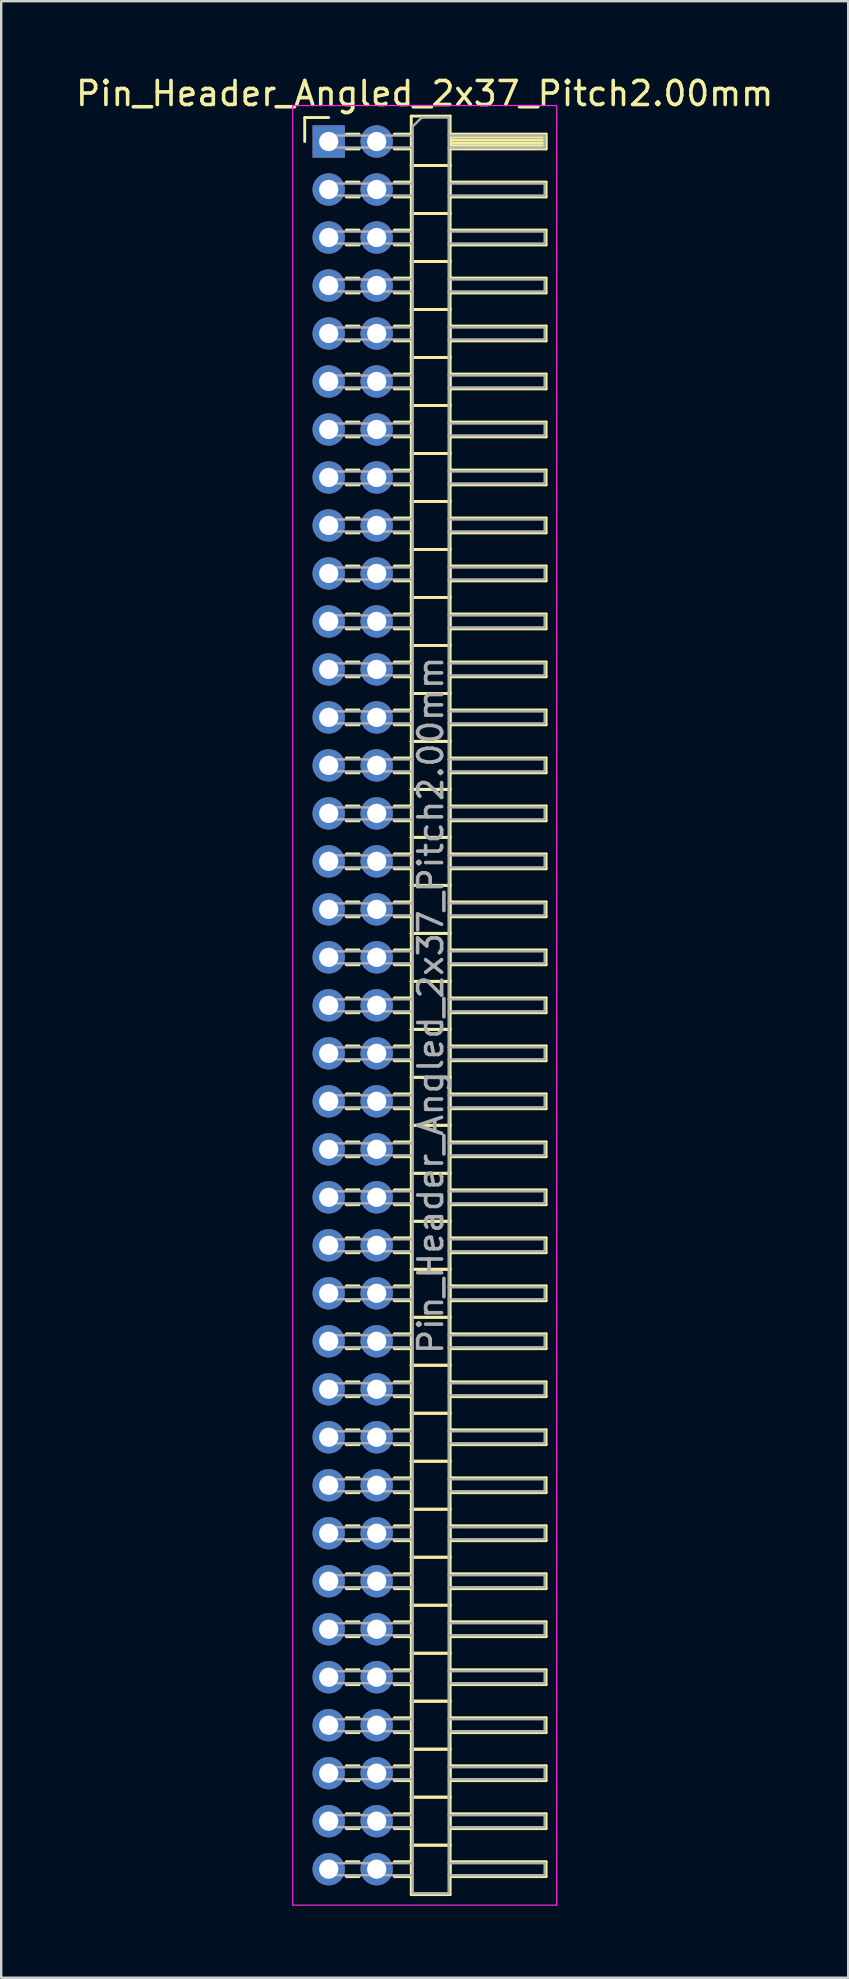
<source format=kicad_pcb>
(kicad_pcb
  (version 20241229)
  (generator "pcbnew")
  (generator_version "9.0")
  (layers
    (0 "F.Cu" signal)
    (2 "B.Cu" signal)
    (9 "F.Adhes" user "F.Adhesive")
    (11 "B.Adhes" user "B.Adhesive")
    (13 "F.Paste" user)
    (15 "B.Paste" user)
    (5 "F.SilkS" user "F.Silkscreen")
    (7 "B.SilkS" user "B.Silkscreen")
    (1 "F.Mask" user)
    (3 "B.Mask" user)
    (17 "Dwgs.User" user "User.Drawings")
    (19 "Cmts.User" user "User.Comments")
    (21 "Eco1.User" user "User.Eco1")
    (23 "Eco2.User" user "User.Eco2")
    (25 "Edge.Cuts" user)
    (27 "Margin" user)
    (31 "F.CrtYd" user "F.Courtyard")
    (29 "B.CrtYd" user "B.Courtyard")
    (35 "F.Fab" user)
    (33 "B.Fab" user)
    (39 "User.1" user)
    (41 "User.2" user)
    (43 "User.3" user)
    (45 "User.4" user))
  (footprint "Pin_Header_Angled_2x37_Pitch2.00mm"
    (layer "F.Cu")
    (at 10.649 2.848)
    (property "Reference" "Pin_Header_Angled_2x37_Pitch2.00mm" (at 4 -2 0) (layer "F.SilkS") (effects (font (size 1 1) (thickness 0.15))))
    (attr through_hole)
    (fp_line (start -1 -1) (end 0 -1) (stroke (width 0.12) (type solid)) (layer "F.SilkS"))
    (fp_line (start -1 0) (end -1 -1) (stroke (width 0.12) (type solid)) (layer "F.SilkS"))
    (fp_line (start 0.735 -0.31) (end 1.265 -0.31) (stroke (width 0.12) (type solid)) (layer "F.SilkS"))
    (fp_line (start 0.735 0.31) (end 1.265 0.31) (stroke (width 0.12) (type solid)) (layer "F.SilkS"))
    (fp_line (start 0.735 1.69) (end 1.265 1.69) (stroke (width 0.12) (type solid)) (layer "F.SilkS"))
    (fp_line (start 0.735 2.31) (end 1.265 2.31) (stroke (width 0.12) (type solid)) (layer "F.SilkS"))
    (fp_line (start 0.735 3.69) (end 1.265 3.69) (stroke (width 0.12) (type solid)) (layer "F.SilkS"))
    (fp_line (start 0.735 4.31) (end 1.265 4.31) (stroke (width 0.12) (type solid)) (layer "F.SilkS"))
    (fp_line (start 0.735 5.69) (end 1.265 5.69) (stroke (width 0.12) (type solid)) (layer "F.SilkS"))
    (fp_line (start 0.735 6.31) (end 1.265 6.31) (stroke (width 0.12) (type solid)) (layer "F.SilkS"))
    (fp_line (start 0.735 7.69) (end 1.265 7.69) (stroke (width 0.12) (type solid)) (layer "F.SilkS"))
    (fp_line (start 0.735 8.31) (end 1.265 8.31) (stroke (width 0.12) (type solid)) (layer "F.SilkS"))
    (fp_line (start 0.735 9.69) (end 1.265 9.69) (stroke (width 0.12) (type solid)) (layer "F.SilkS"))
    (fp_line (start 0.735 10.31) (end 1.265 10.31) (stroke (width 0.12) (type solid)) (layer "F.SilkS"))
    (fp_line (start 0.735 11.69) (end 1.265 11.69) (stroke (width 0.12) (type solid)) (layer "F.SilkS"))
    (fp_line (start 0.735 12.31) (end 1.265 12.31) (stroke (width 0.12) (type solid)) (layer "F.SilkS"))
    (fp_line (start 0.735 13.69) (end 1.265 13.69) (stroke (width 0.12) (type solid)) (layer "F.SilkS"))
    (fp_line (start 0.735 14.31) (end 1.265 14.31) (stroke (width 0.12) (type solid)) (layer "F.SilkS"))
    (fp_line (start 0.735 15.69) (end 1.265 15.69) (stroke (width 0.12) (type solid)) (layer "F.SilkS"))
    (fp_line (start 0.735 16.31) (end 1.265 16.31) (stroke (width 0.12) (type solid)) (layer "F.SilkS"))
    (fp_line (start 0.735 17.69) (end 1.265 17.69) (stroke (width 0.12) (type solid)) (layer "F.SilkS"))
    (fp_line (start 0.735 18.31) (end 1.265 18.31) (stroke (width 0.12) (type solid)) (layer "F.SilkS"))
    (fp_line (start 0.735 19.69) (end 1.265 19.69) (stroke (width 0.12) (type solid)) (layer "F.SilkS"))
    (fp_line (start 0.735 20.31) (end 1.265 20.31) (stroke (width 0.12) (type solid)) (layer "F.SilkS"))
    (fp_line (start 0.735 21.69) (end 1.265 21.69) (stroke (width 0.12) (type solid)) (layer "F.SilkS"))
    (fp_line (start 0.735 22.31) (end 1.265 22.31) (stroke (width 0.12) (type solid)) (layer "F.SilkS"))
    (fp_line (start 0.735 23.69) (end 1.265 23.69) (stroke (width 0.12) (type solid)) (layer "F.SilkS"))
    (fp_line (start 0.735 24.31) (end 1.265 24.31) (stroke (width 0.12) (type solid)) (layer "F.SilkS"))
    (fp_line (start 0.735 25.69) (end 1.265 25.69) (stroke (width 0.12) (type solid)) (layer "F.SilkS"))
    (fp_line (start 0.735 26.31) (end 1.265 26.31) (stroke (width 0.12) (type solid)) (layer "F.SilkS"))
    (fp_line (start 0.735 27.69) (end 1.265 27.69) (stroke (width 0.12) (type solid)) (layer "F.SilkS"))
    (fp_line (start 0.735 28.31) (end 1.265 28.31) (stroke (width 0.12) (type solid)) (layer "F.SilkS"))
    (fp_line (start 0.735 29.69) (end 1.265 29.69) (stroke (width 0.12) (type solid)) (layer "F.SilkS"))
    (fp_line (start 0.735 30.31) (end 1.265 30.31) (stroke (width 0.12) (type solid)) (layer "F.SilkS"))
    (fp_line (start 0.735 31.69) (end 1.265 31.69) (stroke (width 0.12) (type solid)) (layer "F.SilkS"))
    (fp_line (start 0.735 32.31) (end 1.265 32.31) (stroke (width 0.12) (type solid)) (layer "F.SilkS"))
    (fp_line (start 0.735 33.69) (end 1.265 33.69) (stroke (width 0.12) (type solid)) (layer "F.SilkS"))
    (fp_line (start 0.735 34.31) (end 1.265 34.31) (stroke (width 0.12) (type solid)) (layer "F.SilkS"))
    (fp_line (start 0.735 35.69) (end 1.265 35.69) (stroke (width 0.12) (type solid)) (layer "F.SilkS"))
    (fp_line (start 0.735 36.31) (end 1.265 36.31) (stroke (width 0.12) (type solid)) (layer "F.SilkS"))
    (fp_line (start 0.735 37.69) (end 1.265 37.69) (stroke (width 0.12) (type solid)) (layer "F.SilkS"))
    (fp_line (start 0.735 38.31) (end 1.265 38.31) (stroke (width 0.12) (type solid)) (layer "F.SilkS"))
    (fp_line (start 0.735 39.69) (end 1.265 39.69) (stroke (width 0.12) (type solid)) (layer "F.SilkS"))
    (fp_line (start 0.735 40.31) (end 1.265 40.31) (stroke (width 0.12) (type solid)) (layer "F.SilkS"))
    (fp_line (start 0.735 41.69) (end 1.265 41.69) (stroke (width 0.12) (type solid)) (layer "F.SilkS"))
    (fp_line (start 0.735 42.31) (end 1.265 42.31) (stroke (width 0.12) (type solid)) (layer "F.SilkS"))
    (fp_line (start 0.735 43.69) (end 1.265 43.69) (stroke (width 0.12) (type solid)) (layer "F.SilkS"))
    (fp_line (start 0.735 44.31) (end 1.265 44.31) (stroke (width 0.12) (type solid)) (layer "F.SilkS"))
    (fp_line (start 0.735 45.69) (end 1.265 45.69) (stroke (width 0.12) (type solid)) (layer "F.SilkS"))
    (fp_line (start 0.735 46.31) (end 1.265 46.31) (stroke (width 0.12) (type solid)) (layer "F.SilkS"))
    (fp_line (start 0.735 47.69) (end 1.265 47.69) (stroke (width 0.12) (type solid)) (layer "F.SilkS"))
    (fp_line (start 0.735 48.31) (end 1.265 48.31) (stroke (width 0.12) (type solid)) (layer "F.SilkS"))
    (fp_line (start 0.735 49.69) (end 1.265 49.69) (stroke (width 0.12) (type solid)) (layer "F.SilkS"))
    (fp_line (start 0.735 50.31) (end 1.265 50.31) (stroke (width 0.12) (type solid)) (layer "F.SilkS"))
    (fp_line (start 0.735 51.69) (end 1.265 51.69) (stroke (width 0.12) (type solid)) (layer "F.SilkS"))
    (fp_line (start 0.735 52.31) (end 1.265 52.31) (stroke (width 0.12) (type solid)) (layer "F.SilkS"))
    (fp_line (start 0.735 53.69) (end 1.265 53.69) (stroke (width 0.12) (type solid)) (layer "F.SilkS"))
    (fp_line (start 0.735 54.31) (end 1.265 54.31) (stroke (width 0.12) (type solid)) (layer "F.SilkS"))
    (fp_line (start 0.735 55.69) (end 1.265 55.69) (stroke (width 0.12) (type solid)) (layer "F.SilkS"))
    (fp_line (start 0.735 56.31) (end 1.265 56.31) (stroke (width 0.12) (type solid)) (layer "F.SilkS"))
    (fp_line (start 0.735 57.69) (end 1.265 57.69) (stroke (width 0.12) (type solid)) (layer "F.SilkS"))
    (fp_line (start 0.735 58.31) (end 1.265 58.31) (stroke (width 0.12) (type solid)) (layer "F.SilkS"))
    (fp_line (start 0.735 59.69) (end 1.265 59.69) (stroke (width 0.12) (type solid)) (layer "F.SilkS"))
    (fp_line (start 0.735 60.31) (end 1.265 60.31) (stroke (width 0.12) (type solid)) (layer "F.SilkS"))
    (fp_line (start 0.735 61.69) (end 1.265 61.69) (stroke (width 0.12) (type solid)) (layer "F.SilkS"))
    (fp_line (start 0.735 62.31) (end 1.265 62.31) (stroke (width 0.12) (type solid)) (layer "F.SilkS"))
    (fp_line (start 0.735 63.69) (end 1.265 63.69) (stroke (width 0.12) (type solid)) (layer "F.SilkS"))
    (fp_line (start 0.735 64.31) (end 1.265 64.31) (stroke (width 0.12) (type solid)) (layer "F.SilkS"))
    (fp_line (start 0.735 65.69) (end 1.265 65.69) (stroke (width 0.12) (type solid)) (layer "F.SilkS"))
    (fp_line (start 0.735 66.31) (end 1.265 66.31) (stroke (width 0.12) (type solid)) (layer "F.SilkS"))
    (fp_line (start 0.735 67.69) (end 1.265 67.69) (stroke (width 0.12) (type solid)) (layer "F.SilkS"))
    (fp_line (start 0.735 68.31) (end 1.265 68.31) (stroke (width 0.12) (type solid)) (layer "F.SilkS"))
    (fp_line (start 0.735 69.69) (end 1.265 69.69) (stroke (width 0.12) (type solid)) (layer "F.SilkS"))
    (fp_line (start 0.735 70.31) (end 1.265 70.31) (stroke (width 0.12) (type solid)) (layer "F.SilkS"))
    (fp_line (start 0.735 71.69) (end 1.265 71.69) (stroke (width 0.12) (type solid)) (layer "F.SilkS"))
    (fp_line (start 0.735 72.31) (end 1.265 72.31) (stroke (width 0.12) (type solid)) (layer "F.SilkS"))
    (fp_line (start 2.735 -0.31) (end 3.44 -0.31) (stroke (width 0.12) (type solid)) (layer "F.SilkS"))
    (fp_line (start 2.735 0.31) (end 3.44 0.31) (stroke (width 0.12) (type solid)) (layer "F.SilkS"))
    (fp_line (start 2.735 1.69) (end 3.44 1.69) (stroke (width 0.12) (type solid)) (layer "F.SilkS"))
    (fp_line (start 2.735 2.31) (end 3.44 2.31) (stroke (width 0.12) (type solid)) (layer "F.SilkS"))
    (fp_line (start 2.735 3.69) (end 3.44 3.69) (stroke (width 0.12) (type solid)) (layer "F.SilkS"))
    (fp_line (start 2.735 4.31) (end 3.44 4.31) (stroke (width 0.12) (type solid)) (layer "F.SilkS"))
    (fp_line (start 2.735 5.69) (end 3.44 5.69) (stroke (width 0.12) (type solid)) (layer "F.SilkS"))
    (fp_line (start 2.735 6.31) (end 3.44 6.31) (stroke (width 0.12) (type solid)) (layer "F.SilkS"))
    (fp_line (start 2.735 7.69) (end 3.44 7.69) (stroke (width 0.12) (type solid)) (layer "F.SilkS"))
    (fp_line (start 2.735 8.31) (end 3.44 8.31) (stroke (width 0.12) (type solid)) (layer "F.SilkS"))
    (fp_line (start 2.735 9.69) (end 3.44 9.69) (stroke (width 0.12) (type solid)) (layer "F.SilkS"))
    (fp_line (start 2.735 10.31) (end 3.44 10.31) (stroke (width 0.12) (type solid)) (layer "F.SilkS"))
    (fp_line (start 2.735 11.69) (end 3.44 11.69) (stroke (width 0.12) (type solid)) (layer "F.SilkS"))
    (fp_line (start 2.735 12.31) (end 3.44 12.31) (stroke (width 0.12) (type solid)) (layer "F.SilkS"))
    (fp_line (start 2.735 13.69) (end 3.44 13.69) (stroke (width 0.12) (type solid)) (layer "F.SilkS"))
    (fp_line (start 2.735 14.31) (end 3.44 14.31) (stroke (width 0.12) (type solid)) (layer "F.SilkS"))
    (fp_line (start 2.735 15.69) (end 3.44 15.69) (stroke (width 0.12) (type solid)) (layer "F.SilkS"))
    (fp_line (start 2.735 16.31) (end 3.44 16.31) (stroke (width 0.12) (type solid)) (layer "F.SilkS"))
    (fp_line (start 2.735 17.69) (end 3.44 17.69) (stroke (width 0.12) (type solid)) (layer "F.SilkS"))
    (fp_line (start 2.735 18.31) (end 3.44 18.31) (stroke (width 0.12) (type solid)) (layer "F.SilkS"))
    (fp_line (start 2.735 19.69) (end 3.44 19.69) (stroke (width 0.12) (type solid)) (layer "F.SilkS"))
    (fp_line (start 2.735 20.31) (end 3.44 20.31) (stroke (width 0.12) (type solid)) (layer "F.SilkS"))
    (fp_line (start 2.735 21.69) (end 3.44 21.69) (stroke (width 0.12) (type solid)) (layer "F.SilkS"))
    (fp_line (start 2.735 22.31) (end 3.44 22.31) (stroke (width 0.12) (type solid)) (layer "F.SilkS"))
    (fp_line (start 2.735 23.69) (end 3.44 23.69) (stroke (width 0.12) (type solid)) (layer "F.SilkS"))
    (fp_line (start 2.735 24.31) (end 3.44 24.31) (stroke (width 0.12) (type solid)) (layer "F.SilkS"))
    (fp_line (start 2.735 25.69) (end 3.44 25.69) (stroke (width 0.12) (type solid)) (layer "F.SilkS"))
    (fp_line (start 2.735 26.31) (end 3.44 26.31) (stroke (width 0.12) (type solid)) (layer "F.SilkS"))
    (fp_line (start 2.735 27.69) (end 3.44 27.69) (stroke (width 0.12) (type solid)) (layer "F.SilkS"))
    (fp_line (start 2.735 28.31) (end 3.44 28.31) (stroke (width 0.12) (type solid)) (layer "F.SilkS"))
    (fp_line (start 2.735 29.69) (end 3.44 29.69) (stroke (width 0.12) (type solid)) (layer "F.SilkS"))
    (fp_line (start 2.735 30.31) (end 3.44 30.31) (stroke (width 0.12) (type solid)) (layer "F.SilkS"))
    (fp_line (start 2.735 31.69) (end 3.44 31.69) (stroke (width 0.12) (type solid)) (layer "F.SilkS"))
    (fp_line (start 2.735 32.31) (end 3.44 32.31) (stroke (width 0.12) (type solid)) (layer "F.SilkS"))
    (fp_line (start 2.735 33.69) (end 3.44 33.69) (stroke (width 0.12) (type solid)) (layer "F.SilkS"))
    (fp_line (start 2.735 34.31) (end 3.44 34.31) (stroke (width 0.12) (type solid)) (layer "F.SilkS"))
    (fp_line (start 2.735 35.69) (end 3.44 35.69) (stroke (width 0.12) (type solid)) (layer "F.SilkS"))
    (fp_line (start 2.735 36.31) (end 3.44 36.31) (stroke (width 0.12) (type solid)) (layer "F.SilkS"))
    (fp_line (start 2.735 37.69) (end 3.44 37.69) (stroke (width 0.12) (type solid)) (layer "F.SilkS"))
    (fp_line (start 2.735 38.31) (end 3.44 38.31) (stroke (width 0.12) (type solid)) (layer "F.SilkS"))
    (fp_line (start 2.735 39.69) (end 3.44 39.69) (stroke (width 0.12) (type solid)) (layer "F.SilkS"))
    (fp_line (start 2.735 40.31) (end 3.44 40.31) (stroke (width 0.12) (type solid)) (layer "F.SilkS"))
    (fp_line (start 2.735 41.69) (end 3.44 41.69) (stroke (width 0.12) (type solid)) (layer "F.SilkS"))
    (fp_line (start 2.735 42.31) (end 3.44 42.31) (stroke (width 0.12) (type solid)) (layer "F.SilkS"))
    (fp_line (start 2.735 43.69) (end 3.44 43.69) (stroke (width 0.12) (type solid)) (layer "F.SilkS"))
    (fp_line (start 2.735 44.31) (end 3.44 44.31) (stroke (width 0.12) (type solid)) (layer "F.SilkS"))
    (fp_line (start 2.735 45.69) (end 3.44 45.69) (stroke (width 0.12) (type solid)) (layer "F.SilkS"))
    (fp_line (start 2.735 46.31) (end 3.44 46.31) (stroke (width 0.12) (type solid)) (layer "F.SilkS"))
    (fp_line (start 2.735 47.69) (end 3.44 47.69) (stroke (width 0.12) (type solid)) (layer "F.SilkS"))
    (fp_line (start 2.735 48.31) (end 3.44 48.31) (stroke (width 0.12) (type solid)) (layer "F.SilkS"))
    (fp_line (start 2.735 49.69) (end 3.44 49.69) (stroke (width 0.12) (type solid)) (layer "F.SilkS"))
    (fp_line (start 2.735 50.31) (end 3.44 50.31) (stroke (width 0.12) (type solid)) (layer "F.SilkS"))
    (fp_line (start 2.735 51.69) (end 3.44 51.69) (stroke (width 0.12) (type solid)) (layer "F.SilkS"))
    (fp_line (start 2.735 52.31) (end 3.44 52.31) (stroke (width 0.12) (type solid)) (layer "F.SilkS"))
    (fp_line (start 2.735 53.69) (end 3.44 53.69) (stroke (width 0.12) (type solid)) (layer "F.SilkS"))
    (fp_line (start 2.735 54.31) (end 3.44 54.31) (stroke (width 0.12) (type solid)) (layer "F.SilkS"))
    (fp_line (start 2.735 55.69) (end 3.44 55.69) (stroke (width 0.12) (type solid)) (layer "F.SilkS"))
    (fp_line (start 2.735 56.31) (end 3.44 56.31) (stroke (width 0.12) (type solid)) (layer "F.SilkS"))
    (fp_line (start 2.735 57.69) (end 3.44 57.69) (stroke (width 0.12) (type solid)) (layer "F.SilkS"))
    (fp_line (start 2.735 58.31) (end 3.44 58.31) (stroke (width 0.12) (type solid)) (layer "F.SilkS"))
    (fp_line (start 2.735 59.69) (end 3.44 59.69) (stroke (width 0.12) (type solid)) (layer "F.SilkS"))
    (fp_line (start 2.735 60.31) (end 3.44 60.31) (stroke (width 0.12) (type solid)) (layer "F.SilkS"))
    (fp_line (start 2.735 61.69) (end 3.44 61.69) (stroke (width 0.12) (type solid)) (layer "F.SilkS"))
    (fp_line (start 2.735 62.31) (end 3.44 62.31) (stroke (width 0.12) (type solid)) (layer "F.SilkS"))
    (fp_line (start 2.735 63.69) (end 3.44 63.69) (stroke (width 0.12) (type solid)) (layer "F.SilkS"))
    (fp_line (start 2.735 64.31) (end 3.44 64.31) (stroke (width 0.12) (type solid)) (layer "F.SilkS"))
    (fp_line (start 2.735 65.69) (end 3.44 65.69) (stroke (width 0.12) (type solid)) (layer "F.SilkS"))
    (fp_line (start 2.735 66.31) (end 3.44 66.31) (stroke (width 0.12) (type solid)) (layer "F.SilkS"))
    (fp_line (start 2.735 67.69) (end 3.44 67.69) (stroke (width 0.12) (type solid)) (layer "F.SilkS"))
    (fp_line (start 2.735 68.31) (end 3.44 68.31) (stroke (width 0.12) (type solid)) (layer "F.SilkS"))
    (fp_line (start 2.735 69.69) (end 3.44 69.69) (stroke (width 0.12) (type solid)) (layer "F.SilkS"))
    (fp_line (start 2.735 70.31) (end 3.44 70.31) (stroke (width 0.12) (type solid)) (layer "F.SilkS"))
    (fp_line (start 2.735 71.69) (end 3.44 71.69) (stroke (width 0.12) (type solid)) (layer "F.SilkS"))
    (fp_line (start 2.735 72.31) (end 3.44 72.31) (stroke (width 0.12) (type solid)) (layer "F.SilkS"))
    (fp_line (start 3.44 -1.06) (end 3.44 1) (stroke (width 0.12) (type solid)) (layer "F.SilkS"))
    (fp_line (start 3.44 1) (end 3.44 3) (stroke (width 0.12) (type solid)) (layer "F.SilkS"))
    (fp_line (start 3.44 1) (end 5.06 1) (stroke (width 0.12) (type solid)) (layer "F.SilkS"))
    (fp_line (start 3.44 3) (end 3.44 5) (stroke (width 0.12) (type solid)) (layer "F.SilkS"))
    (fp_line (start 3.44 3) (end 5.06 3) (stroke (width 0.12) (type solid)) (layer "F.SilkS"))
    (fp_line (start 3.44 5) (end 3.44 7) (stroke (width 0.12) (type solid)) (layer "F.SilkS"))
    (fp_line (start 3.44 5) (end 5.06 5) (stroke (width 0.12) (type solid)) (layer "F.SilkS"))
    (fp_line (start 3.44 7) (end 3.44 9) (stroke (width 0.12) (type solid)) (layer "F.SilkS"))
    (fp_line (start 3.44 7) (end 5.06 7) (stroke (width 0.12) (type solid)) (layer "F.SilkS"))
    (fp_line (start 3.44 9) (end 3.44 11) (stroke (width 0.12) (type solid)) (layer "F.SilkS"))
    (fp_line (start 3.44 9) (end 5.06 9) (stroke (width 0.12) (type solid)) (layer "F.SilkS"))
    (fp_line (start 3.44 11) (end 3.44 13) (stroke (width 0.12) (type solid)) (layer "F.SilkS"))
    (fp_line (start 3.44 11) (end 5.06 11) (stroke (width 0.12) (type solid)) (layer "F.SilkS"))
    (fp_line (start 3.44 13) (end 3.44 15) (stroke (width 0.12) (type solid)) (layer "F.SilkS"))
    (fp_line (start 3.44 13) (end 5.06 13) (stroke (width 0.12) (type solid)) (layer "F.SilkS"))
    (fp_line (start 3.44 15) (end 3.44 17) (stroke (width 0.12) (type solid)) (layer "F.SilkS"))
    (fp_line (start 3.44 15) (end 5.06 15) (stroke (width 0.12) (type solid)) (layer "F.SilkS"))
    (fp_line (start 3.44 17) (end 3.44 19) (stroke (width 0.12) (type solid)) (layer "F.SilkS"))
    (fp_line (start 3.44 17) (end 5.06 17) (stroke (width 0.12) (type solid)) (layer "F.SilkS"))
    (fp_line (start 3.44 19) (end 3.44 21) (stroke (width 0.12) (type solid)) (layer "F.SilkS"))
    (fp_line (start 3.44 19) (end 5.06 19) (stroke (width 0.12) (type solid)) (layer "F.SilkS"))
    (fp_line (start 3.44 21) (end 3.44 23) (stroke (width 0.12) (type solid)) (layer "F.SilkS"))
    (fp_line (start 3.44 21) (end 5.06 21) (stroke (width 0.12) (type solid)) (layer "F.SilkS"))
    (fp_line (start 3.44 23) (end 3.44 25) (stroke (width 0.12) (type solid)) (layer "F.SilkS"))
    (fp_line (start 3.44 23) (end 5.06 23) (stroke (width 0.12) (type solid)) (layer "F.SilkS"))
    (fp_line (start 3.44 25) (end 3.44 27) (stroke (width 0.12) (type solid)) (layer "F.SilkS"))
    (fp_line (start 3.44 25) (end 5.06 25) (stroke (width 0.12) (type solid)) (layer "F.SilkS"))
    (fp_line (start 3.44 27) (end 3.44 29) (stroke (width 0.12) (type solid)) (layer "F.SilkS"))
    (fp_line (start 3.44 27) (end 5.06 27) (stroke (width 0.12) (type solid)) (layer "F.SilkS"))
    (fp_line (start 3.44 29) (end 3.44 31) (stroke (width 0.12) (type solid)) (layer "F.SilkS"))
    (fp_line (start 3.44 29) (end 5.06 29) (stroke (width 0.12) (type solid)) (layer "F.SilkS"))
    (fp_line (start 3.44 31) (end 3.44 33) (stroke (width 0.12) (type solid)) (layer "F.SilkS"))
    (fp_line (start 3.44 31) (end 5.06 31) (stroke (width 0.12) (type solid)) (layer "F.SilkS"))
    (fp_line (start 3.44 33) (end 3.44 35) (stroke (width 0.12) (type solid)) (layer "F.SilkS"))
    (fp_line (start 3.44 33) (end 5.06 33) (stroke (width 0.12) (type solid)) (layer "F.SilkS"))
    (fp_line (start 3.44 35) (end 3.44 37) (stroke (width 0.12) (type solid)) (layer "F.SilkS"))
    (fp_line (start 3.44 35) (end 5.06 35) (stroke (width 0.12) (type solid)) (layer "F.SilkS"))
    (fp_line (start 3.44 37) (end 3.44 39) (stroke (width 0.12) (type solid)) (layer "F.SilkS"))
    (fp_line (start 3.44 37) (end 5.06 37) (stroke (width 0.12) (type solid)) (layer "F.SilkS"))
    (fp_line (start 3.44 39) (end 3.44 41) (stroke (width 0.12) (type solid)) (layer "F.SilkS"))
    (fp_line (start 3.44 39) (end 5.06 39) (stroke (width 0.12) (type solid)) (layer "F.SilkS"))
    (fp_line (start 3.44 41) (end 3.44 43) (stroke (width 0.12) (type solid)) (layer "F.SilkS"))
    (fp_line (start 3.44 41) (end 5.06 41) (stroke (width 0.12) (type solid)) (layer "F.SilkS"))
    (fp_line (start 3.44 43) (end 3.44 45) (stroke (width 0.12) (type solid)) (layer "F.SilkS"))
    (fp_line (start 3.44 43) (end 5.06 43) (stroke (width 0.12) (type solid)) (layer "F.SilkS"))
    (fp_line (start 3.44 45) (end 3.44 47) (stroke (width 0.12) (type solid)) (layer "F.SilkS"))
    (fp_line (start 3.44 45) (end 5.06 45) (stroke (width 0.12) (type solid)) (layer "F.SilkS"))
    (fp_line (start 3.44 47) (end 3.44 49) (stroke (width 0.12) (type solid)) (layer "F.SilkS"))
    (fp_line (start 3.44 47) (end 5.06 47) (stroke (width 0.12) (type solid)) (layer "F.SilkS"))
    (fp_line (start 3.44 49) (end 3.44 51) (stroke (width 0.12) (type solid)) (layer "F.SilkS"))
    (fp_line (start 3.44 49) (end 5.06 49) (stroke (width 0.12) (type solid)) (layer "F.SilkS"))
    (fp_line (start 3.44 51) (end 3.44 53) (stroke (width 0.12) (type solid)) (layer "F.SilkS"))
    (fp_line (start 3.44 51) (end 5.06 51) (stroke (width 0.12) (type solid)) (layer "F.SilkS"))
    (fp_line (start 3.44 53) (end 3.44 55) (stroke (width 0.12) (type solid)) (layer "F.SilkS"))
    (fp_line (start 3.44 53) (end 5.06 53) (stroke (width 0.12) (type solid)) (layer "F.SilkS"))
    (fp_line (start 3.44 55) (end 3.44 57) (stroke (width 0.12) (type solid)) (layer "F.SilkS"))
    (fp_line (start 3.44 55) (end 5.06 55) (stroke (width 0.12) (type solid)) (layer "F.SilkS"))
    (fp_line (start 3.44 57) (end 3.44 59) (stroke (width 0.12) (type solid)) (layer "F.SilkS"))
    (fp_line (start 3.44 57) (end 5.06 57) (stroke (width 0.12) (type solid)) (layer "F.SilkS"))
    (fp_line (start 3.44 59) (end 3.44 61) (stroke (width 0.12) (type solid)) (layer "F.SilkS"))
    (fp_line (start 3.44 59) (end 5.06 59) (stroke (width 0.12) (type solid)) (layer "F.SilkS"))
    (fp_line (start 3.44 61) (end 3.44 63) (stroke (width 0.12) (type solid)) (layer "F.SilkS"))
    (fp_line (start 3.44 61) (end 5.06 61) (stroke (width 0.12) (type solid)) (layer "F.SilkS"))
    (fp_line (start 3.44 63) (end 3.44 65) (stroke (width 0.12) (type solid)) (layer "F.SilkS"))
    (fp_line (start 3.44 63) (end 5.06 63) (stroke (width 0.12) (type solid)) (layer "F.SilkS"))
    (fp_line (start 3.44 65) (end 3.44 67) (stroke (width 0.12) (type solid)) (layer "F.SilkS"))
    (fp_line (start 3.44 65) (end 5.06 65) (stroke (width 0.12) (type solid)) (layer "F.SilkS"))
    (fp_line (start 3.44 67) (end 3.44 69) (stroke (width 0.12) (type solid)) (layer "F.SilkS"))
    (fp_line (start 3.44 67) (end 5.06 67) (stroke (width 0.12) (type solid)) (layer "F.SilkS"))
    (fp_line (start 3.44 69) (end 3.44 71) (stroke (width 0.12) (type solid)) (layer "F.SilkS"))
    (fp_line (start 3.44 69) (end 5.06 69) (stroke (width 0.12) (type solid)) (layer "F.SilkS"))
    (fp_line (start 3.44 71) (end 3.44 73.06) (stroke (width 0.12) (type solid)) (layer "F.SilkS"))
    (fp_line (start 3.44 71) (end 5.06 71) (stroke (width 0.12) (type solid)) (layer "F.SilkS"))
    (fp_line (start 3.44 73.06) (end 5.06 73.06) (stroke (width 0.12) (type solid)) (layer "F.SilkS"))
    (fp_line (start 5.06 -1.06) (end 3.44 -1.06) (stroke (width 0.12) (type solid)) (layer "F.SilkS"))
    (fp_line (start 5.06 -0.31) (end 5.06 0.31) (stroke (width 0.12) (type solid)) (layer "F.SilkS"))
    (fp_line (start 5.06 -0.19) (end 9.06 -0.19) (stroke (width 0.12) (type solid)) (layer "F.SilkS"))
    (fp_line (start 5.06 -0.07) (end 9.06 -0.07) (stroke (width 0.12) (type solid)) (layer "F.SilkS"))
    (fp_line (start 5.06 0.05) (end 9.06 0.05) (stroke (width 0.12) (type solid)) (layer "F.SilkS"))
    (fp_line (start 5.06 0.17) (end 9.06 0.17) (stroke (width 0.12) (type solid)) (layer "F.SilkS"))
    (fp_line (start 5.06 0.29) (end 9.06 0.29) (stroke (width 0.12) (type solid)) (layer "F.SilkS"))
    (fp_line (start 5.06 0.31) (end 9.06 0.31) (stroke (width 0.12) (type solid)) (layer "F.SilkS"))
    (fp_line (start 5.06 1) (end 3.44 1) (stroke (width 0.12) (type solid)) (layer "F.SilkS"))
    (fp_line (start 5.06 1) (end 5.06 -1.06) (stroke (width 0.12) (type solid)) (layer "F.SilkS"))
    (fp_line (start 5.06 1.69) (end 5.06 2.31) (stroke (width 0.12) (type solid)) (layer "F.SilkS"))
    (fp_line (start 5.06 2.31) (end 9.06 2.31) (stroke (width 0.12) (type solid)) (layer "F.SilkS"))
    (fp_line (start 5.06 3) (end 3.44 3) (stroke (width 0.12) (type solid)) (layer "F.SilkS"))
    (fp_line (start 5.06 3) (end 5.06 1) (stroke (width 0.12) (type solid)) (layer "F.SilkS"))
    (fp_line (start 5.06 3.69) (end 5.06 4.31) (stroke (width 0.12) (type solid)) (layer "F.SilkS"))
    (fp_line (start 5.06 4.31) (end 9.06 4.31) (stroke (width 0.12) (type solid)) (layer "F.SilkS"))
    (fp_line (start 5.06 5) (end 3.44 5) (stroke (width 0.12) (type solid)) (layer "F.SilkS"))
    (fp_line (start 5.06 5) (end 5.06 3) (stroke (width 0.12) (type solid)) (layer "F.SilkS"))
    (fp_line (start 5.06 5.69) (end 5.06 6.31) (stroke (width 0.12) (type solid)) (layer "F.SilkS"))
    (fp_line (start 5.06 6.31) (end 9.06 6.31) (stroke (width 0.12) (type solid)) (layer "F.SilkS"))
    (fp_line (start 5.06 7) (end 3.44 7) (stroke (width 0.12) (type solid)) (layer "F.SilkS"))
    (fp_line (start 5.06 7) (end 5.06 5) (stroke (width 0.12) (type solid)) (layer "F.SilkS"))
    (fp_line (start 5.06 7.69) (end 5.06 8.31) (stroke (width 0.12) (type solid)) (layer "F.SilkS"))
    (fp_line (start 5.06 8.31) (end 9.06 8.31) (stroke (width 0.12) (type solid)) (layer "F.SilkS"))
    (fp_line (start 5.06 9) (end 3.44 9) (stroke (width 0.12) (type solid)) (layer "F.SilkS"))
    (fp_line (start 5.06 9) (end 5.06 7) (stroke (width 0.12) (type solid)) (layer "F.SilkS"))
    (fp_line (start 5.06 9.69) (end 5.06 10.31) (stroke (width 0.12) (type solid)) (layer "F.SilkS"))
    (fp_line (start 5.06 10.31) (end 9.06 10.31) (stroke (width 0.12) (type solid)) (layer "F.SilkS"))
    (fp_line (start 5.06 11) (end 3.44 11) (stroke (width 0.12) (type solid)) (layer "F.SilkS"))
    (fp_line (start 5.06 11) (end 5.06 9) (stroke (width 0.12) (type solid)) (layer "F.SilkS"))
    (fp_line (start 5.06 11.69) (end 5.06 12.31) (stroke (width 0.12) (type solid)) (layer "F.SilkS"))
    (fp_line (start 5.06 12.31) (end 9.06 12.31) (stroke (width 0.12) (type solid)) (layer "F.SilkS"))
    (fp_line (start 5.06 13) (end 3.44 13) (stroke (width 0.12) (type solid)) (layer "F.SilkS"))
    (fp_line (start 5.06 13) (end 5.06 11) (stroke (width 0.12) (type solid)) (layer "F.SilkS"))
    (fp_line (start 5.06 13.69) (end 5.06 14.31) (stroke (width 0.12) (type solid)) (layer "F.SilkS"))
    (fp_line (start 5.06 14.31) (end 9.06 14.31) (stroke (width 0.12) (type solid)) (layer "F.SilkS"))
    (fp_line (start 5.06 15) (end 3.44 15) (stroke (width 0.12) (type solid)) (layer "F.SilkS"))
    (fp_line (start 5.06 15) (end 5.06 13) (stroke (width 0.12) (type solid)) (layer "F.SilkS"))
    (fp_line (start 5.06 15.69) (end 5.06 16.31) (stroke (width 0.12) (type solid)) (layer "F.SilkS"))
    (fp_line (start 5.06 16.31) (end 9.06 16.31) (stroke (width 0.12) (type solid)) (layer "F.SilkS"))
    (fp_line (start 5.06 17) (end 3.44 17) (stroke (width 0.12) (type solid)) (layer "F.SilkS"))
    (fp_line (start 5.06 17) (end 5.06 15) (stroke (width 0.12) (type solid)) (layer "F.SilkS"))
    (fp_line (start 5.06 17.69) (end 5.06 18.31) (stroke (width 0.12) (type solid)) (layer "F.SilkS"))
    (fp_line (start 5.06 18.31) (end 9.06 18.31) (stroke (width 0.12) (type solid)) (layer "F.SilkS"))
    (fp_line (start 5.06 19) (end 3.44 19) (stroke (width 0.12) (type solid)) (layer "F.SilkS"))
    (fp_line (start 5.06 19) (end 5.06 17) (stroke (width 0.12) (type solid)) (layer "F.SilkS"))
    (fp_line (start 5.06 19.69) (end 5.06 20.31) (stroke (width 0.12) (type solid)) (layer "F.SilkS"))
    (fp_line (start 5.06 20.31) (end 9.06 20.31) (stroke (width 0.12) (type solid)) (layer "F.SilkS"))
    (fp_line (start 5.06 21) (end 3.44 21) (stroke (width 0.12) (type solid)) (layer "F.SilkS"))
    (fp_line (start 5.06 21) (end 5.06 19) (stroke (width 0.12) (type solid)) (layer "F.SilkS"))
    (fp_line (start 5.06 21.69) (end 5.06 22.31) (stroke (width 0.12) (type solid)) (layer "F.SilkS"))
    (fp_line (start 5.06 22.31) (end 9.06 22.31) (stroke (width 0.12) (type solid)) (layer "F.SilkS"))
    (fp_line (start 5.06 23) (end 3.44 23) (stroke (width 0.12) (type solid)) (layer "F.SilkS"))
    (fp_line (start 5.06 23) (end 5.06 21) (stroke (width 0.12) (type solid)) (layer "F.SilkS"))
    (fp_line (start 5.06 23.69) (end 5.06 24.31) (stroke (width 0.12) (type solid)) (layer "F.SilkS"))
    (fp_line (start 5.06 24.31) (end 9.06 24.31) (stroke (width 0.12) (type solid)) (layer "F.SilkS"))
    (fp_line (start 5.06 25) (end 3.44 25) (stroke (width 0.12) (type solid)) (layer "F.SilkS"))
    (fp_line (start 5.06 25) (end 5.06 23) (stroke (width 0.12) (type solid)) (layer "F.SilkS"))
    (fp_line (start 5.06 25.69) (end 5.06 26.31) (stroke (width 0.12) (type solid)) (layer "F.SilkS"))
    (fp_line (start 5.06 26.31) (end 9.06 26.31) (stroke (width 0.12) (type solid)) (layer "F.SilkS"))
    (fp_line (start 5.06 27) (end 3.44 27) (stroke (width 0.12) (type solid)) (layer "F.SilkS"))
    (fp_line (start 5.06 27) (end 5.06 25) (stroke (width 0.12) (type solid)) (layer "F.SilkS"))
    (fp_line (start 5.06 27.69) (end 5.06 28.31) (stroke (width 0.12) (type solid)) (layer "F.SilkS"))
    (fp_line (start 5.06 28.31) (end 9.06 28.31) (stroke (width 0.12) (type solid)) (layer "F.SilkS"))
    (fp_line (start 5.06 29) (end 3.44 29) (stroke (width 0.12) (type solid)) (layer "F.SilkS"))
    (fp_line (start 5.06 29) (end 5.06 27) (stroke (width 0.12) (type solid)) (layer "F.SilkS"))
    (fp_line (start 5.06 29.69) (end 5.06 30.31) (stroke (width 0.12) (type solid)) (layer "F.SilkS"))
    (fp_line (start 5.06 30.31) (end 9.06 30.31) (stroke (width 0.12) (type solid)) (layer "F.SilkS"))
    (fp_line (start 5.06 31) (end 3.44 31) (stroke (width 0.12) (type solid)) (layer "F.SilkS"))
    (fp_line (start 5.06 31) (end 5.06 29) (stroke (width 0.12) (type solid)) (layer "F.SilkS"))
    (fp_line (start 5.06 31.69) (end 5.06 32.31) (stroke (width 0.12) (type solid)) (layer "F.SilkS"))
    (fp_line (start 5.06 32.31) (end 9.06 32.31) (stroke (width 0.12) (type solid)) (layer "F.SilkS"))
    (fp_line (start 5.06 33) (end 3.44 33) (stroke (width 0.12) (type solid)) (layer "F.SilkS"))
    (fp_line (start 5.06 33) (end 5.06 31) (stroke (width 0.12) (type solid)) (layer "F.SilkS"))
    (fp_line (start 5.06 33.69) (end 5.06 34.31) (stroke (width 0.12) (type solid)) (layer "F.SilkS"))
    (fp_line (start 5.06 34.31) (end 9.06 34.31) (stroke (width 0.12) (type solid)) (layer "F.SilkS"))
    (fp_line (start 5.06 35) (end 3.44 35) (stroke (width 0.12) (type solid)) (layer "F.SilkS"))
    (fp_line (start 5.06 35) (end 5.06 33) (stroke (width 0.12) (type solid)) (layer "F.SilkS"))
    (fp_line (start 5.06 35.69) (end 5.06 36.31) (stroke (width 0.12) (type solid)) (layer "F.SilkS"))
    (fp_line (start 5.06 36.31) (end 9.06 36.31) (stroke (width 0.12) (type solid)) (layer "F.SilkS"))
    (fp_line (start 5.06 37) (end 3.44 37) (stroke (width 0.12) (type solid)) (layer "F.SilkS"))
    (fp_line (start 5.06 37) (end 5.06 35) (stroke (width 0.12) (type solid)) (layer "F.SilkS"))
    (fp_line (start 5.06 37.69) (end 5.06 38.31) (stroke (width 0.12) (type solid)) (layer "F.SilkS"))
    (fp_line (start 5.06 38.31) (end 9.06 38.31) (stroke (width 0.12) (type solid)) (layer "F.SilkS"))
    (fp_line (start 5.06 39) (end 3.44 39) (stroke (width 0.12) (type solid)) (layer "F.SilkS"))
    (fp_line (start 5.06 39) (end 5.06 37) (stroke (width 0.12) (type solid)) (layer "F.SilkS"))
    (fp_line (start 5.06 39.69) (end 5.06 40.31) (stroke (width 0.12) (type solid)) (layer "F.SilkS"))
    (fp_line (start 5.06 40.31) (end 9.06 40.31) (stroke (width 0.12) (type solid)) (layer "F.SilkS"))
    (fp_line (start 5.06 41) (end 3.44 41) (stroke (width 0.12) (type solid)) (layer "F.SilkS"))
    (fp_line (start 5.06 41) (end 5.06 39) (stroke (width 0.12) (type solid)) (layer "F.SilkS"))
    (fp_line (start 5.06 41.69) (end 5.06 42.31) (stroke (width 0.12) (type solid)) (layer "F.SilkS"))
    (fp_line (start 5.06 42.31) (end 9.06 42.31) (stroke (width 0.12) (type solid)) (layer "F.SilkS"))
    (fp_line (start 5.06 43) (end 3.44 43) (stroke (width 0.12) (type solid)) (layer "F.SilkS"))
    (fp_line (start 5.06 43) (end 5.06 41) (stroke (width 0.12) (type solid)) (layer "F.SilkS"))
    (fp_line (start 5.06 43.69) (end 5.06 44.31) (stroke (width 0.12) (type solid)) (layer "F.SilkS"))
    (fp_line (start 5.06 44.31) (end 9.06 44.31) (stroke (width 0.12) (type solid)) (layer "F.SilkS"))
    (fp_line (start 5.06 45) (end 3.44 45) (stroke (width 0.12) (type solid)) (layer "F.SilkS"))
    (fp_line (start 5.06 45) (end 5.06 43) (stroke (width 0.12) (type solid)) (layer "F.SilkS"))
    (fp_line (start 5.06 45.69) (end 5.06 46.31) (stroke (width 0.12) (type solid)) (layer "F.SilkS"))
    (fp_line (start 5.06 46.31) (end 9.06 46.31) (stroke (width 0.12) (type solid)) (layer "F.SilkS"))
    (fp_line (start 5.06 47) (end 3.44 47) (stroke (width 0.12) (type solid)) (layer "F.SilkS"))
    (fp_line (start 5.06 47) (end 5.06 45) (stroke (width 0.12) (type solid)) (layer "F.SilkS"))
    (fp_line (start 5.06 47.69) (end 5.06 48.31) (stroke (width 0.12) (type solid)) (layer "F.SilkS"))
    (fp_line (start 5.06 48.31) (end 9.06 48.31) (stroke (width 0.12) (type solid)) (layer "F.SilkS"))
    (fp_line (start 5.06 49) (end 3.44 49) (stroke (width 0.12) (type solid)) (layer "F.SilkS"))
    (fp_line (start 5.06 49) (end 5.06 47) (stroke (width 0.12) (type solid)) (layer "F.SilkS"))
    (fp_line (start 5.06 49.69) (end 5.06 50.31) (stroke (width 0.12) (type solid)) (layer "F.SilkS"))
    (fp_line (start 5.06 50.31) (end 9.06 50.31) (stroke (width 0.12) (type solid)) (layer "F.SilkS"))
    (fp_line (start 5.06 51) (end 3.44 51) (stroke (width 0.12) (type solid)) (layer "F.SilkS"))
    (fp_line (start 5.06 51) (end 5.06 49) (stroke (width 0.12) (type solid)) (layer "F.SilkS"))
    (fp_line (start 5.06 51.69) (end 5.06 52.31) (stroke (width 0.12) (type solid)) (layer "F.SilkS"))
    (fp_line (start 5.06 52.31) (end 9.06 52.31) (stroke (width 0.12) (type solid)) (layer "F.SilkS"))
    (fp_line (start 5.06 53) (end 3.44 53) (stroke (width 0.12) (type solid)) (layer "F.SilkS"))
    (fp_line (start 5.06 53) (end 5.06 51) (stroke (width 0.12) (type solid)) (layer "F.SilkS"))
    (fp_line (start 5.06 53.69) (end 5.06 54.31) (stroke (width 0.12) (type solid)) (layer "F.SilkS"))
    (fp_line (start 5.06 54.31) (end 9.06 54.31) (stroke (width 0.12) (type solid)) (layer "F.SilkS"))
    (fp_line (start 5.06 55) (end 3.44 55) (stroke (width 0.12) (type solid)) (layer "F.SilkS"))
    (fp_line (start 5.06 55) (end 5.06 53) (stroke (width 0.12) (type solid)) (layer "F.SilkS"))
    (fp_line (start 5.06 55.69) (end 5.06 56.31) (stroke (width 0.12) (type solid)) (layer "F.SilkS"))
    (fp_line (start 5.06 56.31) (end 9.06 56.31) (stroke (width 0.12) (type solid)) (layer "F.SilkS"))
    (fp_line (start 5.06 57) (end 3.44 57) (stroke (width 0.12) (type solid)) (layer "F.SilkS"))
    (fp_line (start 5.06 57) (end 5.06 55) (stroke (width 0.12) (type solid)) (layer "F.SilkS"))
    (fp_line (start 5.06 57.69) (end 5.06 58.31) (stroke (width 0.12) (type solid)) (layer "F.SilkS"))
    (fp_line (start 5.06 58.31) (end 9.06 58.31) (stroke (width 0.12) (type solid)) (layer "F.SilkS"))
    (fp_line (start 5.06 59) (end 3.44 59) (stroke (width 0.12) (type solid)) (layer "F.SilkS"))
    (fp_line (start 5.06 59) (end 5.06 57) (stroke (width 0.12) (type solid)) (layer "F.SilkS"))
    (fp_line (start 5.06 59.69) (end 5.06 60.31) (stroke (width 0.12) (type solid)) (layer "F.SilkS"))
    (fp_line (start 5.06 60.31) (end 9.06 60.31) (stroke (width 0.12) (type solid)) (layer "F.SilkS"))
    (fp_line (start 5.06 61) (end 3.44 61) (stroke (width 0.12) (type solid)) (layer "F.SilkS"))
    (fp_line (start 5.06 61) (end 5.06 59) (stroke (width 0.12) (type solid)) (layer "F.SilkS"))
    (fp_line (start 5.06 61.69) (end 5.06 62.31) (stroke (width 0.12) (type solid)) (layer "F.SilkS"))
    (fp_line (start 5.06 62.31) (end 9.06 62.31) (stroke (width 0.12) (type solid)) (layer "F.SilkS"))
    (fp_line (start 5.06 63) (end 3.44 63) (stroke (width 0.12) (type solid)) (layer "F.SilkS"))
    (fp_line (start 5.06 63) (end 5.06 61) (stroke (width 0.12) (type solid)) (layer "F.SilkS"))
    (fp_line (start 5.06 63.69) (end 5.06 64.31) (stroke (width 0.12) (type solid)) (layer "F.SilkS"))
    (fp_line (start 5.06 64.31) (end 9.06 64.31) (stroke (width 0.12) (type solid)) (layer "F.SilkS"))
    (fp_line (start 5.06 65) (end 3.44 65) (stroke (width 0.12) (type solid)) (layer "F.SilkS"))
    (fp_line (start 5.06 65) (end 5.06 63) (stroke (width 0.12) (type solid)) (layer "F.SilkS"))
    (fp_line (start 5.06 65.69) (end 5.06 66.31) (stroke (width 0.12) (type solid)) (layer "F.SilkS"))
    (fp_line (start 5.06 66.31) (end 9.06 66.31) (stroke (width 0.12) (type solid)) (layer "F.SilkS"))
    (fp_line (start 5.06 67) (end 3.44 67) (stroke (width 0.12) (type solid)) (layer "F.SilkS"))
    (fp_line (start 5.06 67) (end 5.06 65) (stroke (width 0.12) (type solid)) (layer "F.SilkS"))
    (fp_line (start 5.06 67.69) (end 5.06 68.31) (stroke (width 0.12) (type solid)) (layer "F.SilkS"))
    (fp_line (start 5.06 68.31) (end 9.06 68.31) (stroke (width 0.12) (type solid)) (layer "F.SilkS"))
    (fp_line (start 5.06 69) (end 3.44 69) (stroke (width 0.12) (type solid)) (layer "F.SilkS"))
    (fp_line (start 5.06 69) (end 5.06 67) (stroke (width 0.12) (type solid)) (layer "F.SilkS"))
    (fp_line (start 5.06 69.69) (end 5.06 70.31) (stroke (width 0.12) (type solid)) (layer "F.SilkS"))
    (fp_line (start 5.06 70.31) (end 9.06 70.31) (stroke (width 0.12) (type solid)) (layer "F.SilkS"))
    (fp_line (start 5.06 71) (end 3.44 71) (stroke (width 0.12) (type solid)) (layer "F.SilkS"))
    (fp_line (start 5.06 71) (end 5.06 69) (stroke (width 0.12) (type solid)) (layer "F.SilkS"))
    (fp_line (start 5.06 71.69) (end 5.06 72.31) (stroke (width 0.12) (type solid)) (layer "F.SilkS"))
    (fp_line (start 5.06 72.31) (end 9.06 72.31) (stroke (width 0.12) (type solid)) (layer "F.SilkS"))
    (fp_line (start 5.06 73.06) (end 5.06 71) (stroke (width 0.12) (type solid)) (layer "F.SilkS"))
    (fp_line (start 9.06 -0.31) (end 5.06 -0.31) (stroke (width 0.12) (type solid)) (layer "F.SilkS"))
    (fp_line (start 9.06 0.31) (end 9.06 -0.31) (stroke (width 0.12) (type solid)) (layer "F.SilkS"))
    (fp_line (start 9.06 1.69) (end 5.06 1.69) (stroke (width 0.12) (type solid)) (layer "F.SilkS"))
    (fp_line (start 9.06 2.31) (end 9.06 1.69) (stroke (width 0.12) (type solid)) (layer "F.SilkS"))
    (fp_line (start 9.06 3.69) (end 5.06 3.69) (stroke (width 0.12) (type solid)) (layer "F.SilkS"))
    (fp_line (start 9.06 4.31) (end 9.06 3.69) (stroke (width 0.12) (type solid)) (layer "F.SilkS"))
    (fp_line (start 9.06 5.69) (end 5.06 5.69) (stroke (width 0.12) (type solid)) (layer "F.SilkS"))
    (fp_line (start 9.06 6.31) (end 9.06 5.69) (stroke (width 0.12) (type solid)) (layer "F.SilkS"))
    (fp_line (start 9.06 7.69) (end 5.06 7.69) (stroke (width 0.12) (type solid)) (layer "F.SilkS"))
    (fp_line (start 9.06 8.31) (end 9.06 7.69) (stroke (width 0.12) (type solid)) (layer "F.SilkS"))
    (fp_line (start 9.06 9.69) (end 5.06 9.69) (stroke (width 0.12) (type solid)) (layer "F.SilkS"))
    (fp_line (start 9.06 10.31) (end 9.06 9.69) (stroke (width 0.12) (type solid)) (layer "F.SilkS"))
    (fp_line (start 9.06 11.69) (end 5.06 11.69) (stroke (width 0.12) (type solid)) (layer "F.SilkS"))
    (fp_line (start 9.06 12.31) (end 9.06 11.69) (stroke (width 0.12) (type solid)) (layer "F.SilkS"))
    (fp_line (start 9.06 13.69) (end 5.06 13.69) (stroke (width 0.12) (type solid)) (layer "F.SilkS"))
    (fp_line (start 9.06 14.31) (end 9.06 13.69) (stroke (width 0.12) (type solid)) (layer "F.SilkS"))
    (fp_line (start 9.06 15.69) (end 5.06 15.69) (stroke (width 0.12) (type solid)) (layer "F.SilkS"))
    (fp_line (start 9.06 16.31) (end 9.06 15.69) (stroke (width 0.12) (type solid)) (layer "F.SilkS"))
    (fp_line (start 9.06 17.69) (end 5.06 17.69) (stroke (width 0.12) (type solid)) (layer "F.SilkS"))
    (fp_line (start 9.06 18.31) (end 9.06 17.69) (stroke (width 0.12) (type solid)) (layer "F.SilkS"))
    (fp_line (start 9.06 19.69) (end 5.06 19.69) (stroke (width 0.12) (type solid)) (layer "F.SilkS"))
    (fp_line (start 9.06 20.31) (end 9.06 19.69) (stroke (width 0.12) (type solid)) (layer "F.SilkS"))
    (fp_line (start 9.06 21.69) (end 5.06 21.69) (stroke (width 0.12) (type solid)) (layer "F.SilkS"))
    (fp_line (start 9.06 22.31) (end 9.06 21.69) (stroke (width 0.12) (type solid)) (layer "F.SilkS"))
    (fp_line (start 9.06 23.69) (end 5.06 23.69) (stroke (width 0.12) (type solid)) (layer "F.SilkS"))
    (fp_line (start 9.06 24.31) (end 9.06 23.69) (stroke (width 0.12) (type solid)) (layer "F.SilkS"))
    (fp_line (start 9.06 25.69) (end 5.06 25.69) (stroke (width 0.12) (type solid)) (layer "F.SilkS"))
    (fp_line (start 9.06 26.31) (end 9.06 25.69) (stroke (width 0.12) (type solid)) (layer "F.SilkS"))
    (fp_line (start 9.06 27.69) (end 5.06 27.69) (stroke (width 0.12) (type solid)) (layer "F.SilkS"))
    (fp_line (start 9.06 28.31) (end 9.06 27.69) (stroke (width 0.12) (type solid)) (layer "F.SilkS"))
    (fp_line (start 9.06 29.69) (end 5.06 29.69) (stroke (width 0.12) (type solid)) (layer "F.SilkS"))
    (fp_line (start 9.06 30.31) (end 9.06 29.69) (stroke (width 0.12) (type solid)) (layer "F.SilkS"))
    (fp_line (start 9.06 31.69) (end 5.06 31.69) (stroke (width 0.12) (type solid)) (layer "F.SilkS"))
    (fp_line (start 9.06 32.31) (end 9.06 31.69) (stroke (width 0.12) (type solid)) (layer "F.SilkS"))
    (fp_line (start 9.06 33.69) (end 5.06 33.69) (stroke (width 0.12) (type solid)) (layer "F.SilkS"))
    (fp_line (start 9.06 34.31) (end 9.06 33.69) (stroke (width 0.12) (type solid)) (layer "F.SilkS"))
    (fp_line (start 9.06 35.69) (end 5.06 35.69) (stroke (width 0.12) (type solid)) (layer "F.SilkS"))
    (fp_line (start 9.06 36.31) (end 9.06 35.69) (stroke (width 0.12) (type solid)) (layer "F.SilkS"))
    (fp_line (start 9.06 37.69) (end 5.06 37.69) (stroke (width 0.12) (type solid)) (layer "F.SilkS"))
    (fp_line (start 9.06 38.31) (end 9.06 37.69) (stroke (width 0.12) (type solid)) (layer "F.SilkS"))
    (fp_line (start 9.06 39.69) (end 5.06 39.69) (stroke (width 0.12) (type solid)) (layer "F.SilkS"))
    (fp_line (start 9.06 40.31) (end 9.06 39.69) (stroke (width 0.12) (type solid)) (layer "F.SilkS"))
    (fp_line (start 9.06 41.69) (end 5.06 41.69) (stroke (width 0.12) (type solid)) (layer "F.SilkS"))
    (fp_line (start 9.06 42.31) (end 9.06 41.69) (stroke (width 0.12) (type solid)) (layer "F.SilkS"))
    (fp_line (start 9.06 43.69) (end 5.06 43.69) (stroke (width 0.12) (type solid)) (layer "F.SilkS"))
    (fp_line (start 9.06 44.31) (end 9.06 43.69) (stroke (width 0.12) (type solid)) (layer "F.SilkS"))
    (fp_line (start 9.06 45.69) (end 5.06 45.69) (stroke (width 0.12) (type solid)) (layer "F.SilkS"))
    (fp_line (start 9.06 46.31) (end 9.06 45.69) (stroke (width 0.12) (type solid)) (layer "F.SilkS"))
    (fp_line (start 9.06 47.69) (end 5.06 47.69) (stroke (width 0.12) (type solid)) (layer "F.SilkS"))
    (fp_line (start 9.06 48.31) (end 9.06 47.69) (stroke (width 0.12) (type solid)) (layer "F.SilkS"))
    (fp_line (start 9.06 49.69) (end 5.06 49.69) (stroke (width 0.12) (type solid)) (layer "F.SilkS"))
    (fp_line (start 9.06 50.31) (end 9.06 49.69) (stroke (width 0.12) (type solid)) (layer "F.SilkS"))
    (fp_line (start 9.06 51.69) (end 5.06 51.69) (stroke (width 0.12) (type solid)) (layer "F.SilkS"))
    (fp_line (start 9.06 52.31) (end 9.06 51.69) (stroke (width 0.12) (type solid)) (layer "F.SilkS"))
    (fp_line (start 9.06 53.69) (end 5.06 53.69) (stroke (width 0.12) (type solid)) (layer "F.SilkS"))
    (fp_line (start 9.06 54.31) (end 9.06 53.69) (stroke (width 0.12) (type solid)) (layer "F.SilkS"))
    (fp_line (start 9.06 55.69) (end 5.06 55.69) (stroke (width 0.12) (type solid)) (layer "F.SilkS"))
    (fp_line (start 9.06 56.31) (end 9.06 55.69) (stroke (width 0.12) (type solid)) (layer "F.SilkS"))
    (fp_line (start 9.06 57.69) (end 5.06 57.69) (stroke (width 0.12) (type solid)) (layer "F.SilkS"))
    (fp_line (start 9.06 58.31) (end 9.06 57.69) (stroke (width 0.12) (type solid)) (layer "F.SilkS"))
    (fp_line (start 9.06 59.69) (end 5.06 59.69) (stroke (width 0.12) (type solid)) (layer "F.SilkS"))
    (fp_line (start 9.06 60.31) (end 9.06 59.69) (stroke (width 0.12) (type solid)) (layer "F.SilkS"))
    (fp_line (start 9.06 61.69) (end 5.06 61.69) (stroke (width 0.12) (type solid)) (layer "F.SilkS"))
    (fp_line (start 9.06 62.31) (end 9.06 61.69) (stroke (width 0.12) (type solid)) (layer "F.SilkS"))
    (fp_line (start 9.06 63.69) (end 5.06 63.69) (stroke (width 0.12) (type solid)) (layer "F.SilkS"))
    (fp_line (start 9.06 64.31) (end 9.06 63.69) (stroke (width 0.12) (type solid)) (layer "F.SilkS"))
    (fp_line (start 9.06 65.69) (end 5.06 65.69) (stroke (width 0.12) (type solid)) (layer "F.SilkS"))
    (fp_line (start 9.06 66.31) (end 9.06 65.69) (stroke (width 0.12) (type solid)) (layer "F.SilkS"))
    (fp_line (start 9.06 67.69) (end 5.06 67.69) (stroke (width 0.12) (type solid)) (layer "F.SilkS"))
    (fp_line (start 9.06 68.31) (end 9.06 67.69) (stroke (width 0.12) (type solid)) (layer "F.SilkS"))
    (fp_line (start 9.06 69.69) (end 5.06 69.69) (stroke (width 0.12) (type solid)) (layer "F.SilkS"))
    (fp_line (start 9.06 70.31) (end 9.06 69.69) (stroke (width 0.12) (type solid)) (layer "F.SilkS"))
    (fp_line (start 9.06 71.69) (end 5.06 71.69) (stroke (width 0.12) (type solid)) (layer "F.SilkS"))
    (fp_line (start 9.06 72.31) (end 9.06 71.69) (stroke (width 0.12) (type solid)) (layer "F.SilkS"))
    (fp_line (start -1.5 -1.5) (end -1.5 73.5) (stroke (width 0.05) (type solid)) (layer "F.CrtYd"))
    (fp_line (start -1.5 73.5) (end 9.5 73.5) (stroke (width 0.05) (type solid)) (layer "F.CrtYd"))
    (fp_line (start 9.5 -1.5) (end -1.5 -1.5) (stroke (width 0.05) (type solid)) (layer "F.CrtYd"))
    (fp_line (start 9.5 73.5) (end 9.5 -1.5) (stroke (width 0.05) (type solid)) (layer "F.CrtYd"))
    (fp_line (start -0.25 -0.25) (end -0.25 0.25) (stroke (width 0.1) (type solid)) (layer "F.Fab"))
    (fp_line (start -0.25 -0.25) (end 3.5 -0.25) (stroke (width 0.1) (type solid)) (layer "F.Fab"))
    (fp_line (start -0.25 0.25) (end 3.5 0.25) (stroke (width 0.1) (type solid)) (layer "F.Fab"))
    (fp_line (start -0.25 1.75) (end -0.25 2.25) (stroke (width 0.1) (type solid)) (layer "F.Fab"))
    (fp_line (start -0.25 1.75) (end 3.5 1.75) (stroke (width 0.1) (type solid)) (layer "F.Fab"))
    (fp_line (start -0.25 2.25) (end 3.5 2.25) (stroke (width 0.1) (type solid)) (layer "F.Fab"))
    (fp_line (start -0.25 3.75) (end -0.25 4.25) (stroke (width 0.1) (type solid)) (layer "F.Fab"))
    (fp_line (start -0.25 3.75) (end 3.5 3.75) (stroke (width 0.1) (type solid)) (layer "F.Fab"))
    (fp_line (start -0.25 4.25) (end 3.5 4.25) (stroke (width 0.1) (type solid)) (layer "F.Fab"))
    (fp_line (start -0.25 5.75) (end -0.25 6.25) (stroke (width 0.1) (type solid)) (layer "F.Fab"))
    (fp_line (start -0.25 5.75) (end 3.5 5.75) (stroke (width 0.1) (type solid)) (layer "F.Fab"))
    (fp_line (start -0.25 6.25) (end 3.5 6.25) (stroke (width 0.1) (type solid)) (layer "F.Fab"))
    (fp_line (start -0.25 7.75) (end -0.25 8.25) (stroke (width 0.1) (type solid)) (layer "F.Fab"))
    (fp_line (start -0.25 7.75) (end 3.5 7.75) (stroke (width 0.1) (type solid)) (layer "F.Fab"))
    (fp_line (start -0.25 8.25) (end 3.5 8.25) (stroke (width 0.1) (type solid)) (layer "F.Fab"))
    (fp_line (start -0.25 9.75) (end -0.25 10.25) (stroke (width 0.1) (type solid)) (layer "F.Fab"))
    (fp_line (start -0.25 9.75) (end 3.5 9.75) (stroke (width 0.1) (type solid)) (layer "F.Fab"))
    (fp_line (start -0.25 10.25) (end 3.5 10.25) (stroke (width 0.1) (type solid)) (layer "F.Fab"))
    (fp_line (start -0.25 11.75) (end -0.25 12.25) (stroke (width 0.1) (type solid)) (layer "F.Fab"))
    (fp_line (start -0.25 11.75) (end 3.5 11.75) (stroke (width 0.1) (type solid)) (layer "F.Fab"))
    (fp_line (start -0.25 12.25) (end 3.5 12.25) (stroke (width 0.1) (type solid)) (layer "F.Fab"))
    (fp_line (start -0.25 13.75) (end -0.25 14.25) (stroke (width 0.1) (type solid)) (layer "F.Fab"))
    (fp_line (start -0.25 13.75) (end 3.5 13.75) (stroke (width 0.1) (type solid)) (layer "F.Fab"))
    (fp_line (start -0.25 14.25) (end 3.5 14.25) (stroke (width 0.1) (type solid)) (layer "F.Fab"))
    (fp_line (start -0.25 15.75) (end -0.25 16.25) (stroke (width 0.1) (type solid)) (layer "F.Fab"))
    (fp_line (start -0.25 15.75) (end 3.5 15.75) (stroke (width 0.1) (type solid)) (layer "F.Fab"))
    (fp_line (start -0.25 16.25) (end 3.5 16.25) (stroke (width 0.1) (type solid)) (layer "F.Fab"))
    (fp_line (start -0.25 17.75) (end -0.25 18.25) (stroke (width 0.1) (type solid)) (layer "F.Fab"))
    (fp_line (start -0.25 17.75) (end 3.5 17.75) (stroke (width 0.1) (type solid)) (layer "F.Fab"))
    (fp_line (start -0.25 18.25) (end 3.5 18.25) (stroke (width 0.1) (type solid)) (layer "F.Fab"))
    (fp_line (start -0.25 19.75) (end -0.25 20.25) (stroke (width 0.1) (type solid)) (layer "F.Fab"))
    (fp_line (start -0.25 19.75) (end 3.5 19.75) (stroke (width 0.1) (type solid)) (layer "F.Fab"))
    (fp_line (start -0.25 20.25) (end 3.5 20.25) (stroke (width 0.1) (type solid)) (layer "F.Fab"))
    (fp_line (start -0.25 21.75) (end -0.25 22.25) (stroke (width 0.1) (type solid)) (layer "F.Fab"))
    (fp_line (start -0.25 21.75) (end 3.5 21.75) (stroke (width 0.1) (type solid)) (layer "F.Fab"))
    (fp_line (start -0.25 22.25) (end 3.5 22.25) (stroke (width 0.1) (type solid)) (layer "F.Fab"))
    (fp_line (start -0.25 23.75) (end -0.25 24.25) (stroke (width 0.1) (type solid)) (layer "F.Fab"))
    (fp_line (start -0.25 23.75) (end 3.5 23.75) (stroke (width 0.1) (type solid)) (layer "F.Fab"))
    (fp_line (start -0.25 24.25) (end 3.5 24.25) (stroke (width 0.1) (type solid)) (layer "F.Fab"))
    (fp_line (start -0.25 25.75) (end -0.25 26.25) (stroke (width 0.1) (type solid)) (layer "F.Fab"))
    (fp_line (start -0.25 25.75) (end 3.5 25.75) (stroke (width 0.1) (type solid)) (layer "F.Fab"))
    (fp_line (start -0.25 26.25) (end 3.5 26.25) (stroke (width 0.1) (type solid)) (layer "F.Fab"))
    (fp_line (start -0.25 27.75) (end -0.25 28.25) (stroke (width 0.1) (type solid)) (layer "F.Fab"))
    (fp_line (start -0.25 27.75) (end 3.5 27.75) (stroke (width 0.1) (type solid)) (layer "F.Fab"))
    (fp_line (start -0.25 28.25) (end 3.5 28.25) (stroke (width 0.1) (type solid)) (layer "F.Fab"))
    (fp_line (start -0.25 29.75) (end -0.25 30.25) (stroke (width 0.1) (type solid)) (layer "F.Fab"))
    (fp_line (start -0.25 29.75) (end 3.5 29.75) (stroke (width 0.1) (type solid)) (layer "F.Fab"))
    (fp_line (start -0.25 30.25) (end 3.5 30.25) (stroke (width 0.1) (type solid)) (layer "F.Fab"))
    (fp_line (start -0.25 31.75) (end -0.25 32.25) (stroke (width 0.1) (type solid)) (layer "F.Fab"))
    (fp_line (start -0.25 31.75) (end 3.5 31.75) (stroke (width 0.1) (type solid)) (layer "F.Fab"))
    (fp_line (start -0.25 32.25) (end 3.5 32.25) (stroke (width 0.1) (type solid)) (layer "F.Fab"))
    (fp_line (start -0.25 33.75) (end -0.25 34.25) (stroke (width 0.1) (type solid)) (layer "F.Fab"))
    (fp_line (start -0.25 33.75) (end 3.5 33.75) (stroke (width 0.1) (type solid)) (layer "F.Fab"))
    (fp_line (start -0.25 34.25) (end 3.5 34.25) (stroke (width 0.1) (type solid)) (layer "F.Fab"))
    (fp_line (start -0.25 35.75) (end -0.25 36.25) (stroke (width 0.1) (type solid)) (layer "F.Fab"))
    (fp_line (start -0.25 35.75) (end 3.5 35.75) (stroke (width 0.1) (type solid)) (layer "F.Fab"))
    (fp_line (start -0.25 36.25) (end 3.5 36.25) (stroke (width 0.1) (type solid)) (layer "F.Fab"))
    (fp_line (start -0.25 37.75) (end -0.25 38.25) (stroke (width 0.1) (type solid)) (layer "F.Fab"))
    (fp_line (start -0.25 37.75) (end 3.5 37.75) (stroke (width 0.1) (type solid)) (layer "F.Fab"))
    (fp_line (start -0.25 38.25) (end 3.5 38.25) (stroke (width 0.1) (type solid)) (layer "F.Fab"))
    (fp_line (start -0.25 39.75) (end -0.25 40.25) (stroke (width 0.1) (type solid)) (layer "F.Fab"))
    (fp_line (start -0.25 39.75) (end 3.5 39.75) (stroke (width 0.1) (type solid)) (layer "F.Fab"))
    (fp_line (start -0.25 40.25) (end 3.5 40.25) (stroke (width 0.1) (type solid)) (layer "F.Fab"))
    (fp_line (start -0.25 41.75) (end -0.25 42.25) (stroke (width 0.1) (type solid)) (layer "F.Fab"))
    (fp_line (start -0.25 41.75) (end 3.5 41.75) (stroke (width 0.1) (type solid)) (layer "F.Fab"))
    (fp_line (start -0.25 42.25) (end 3.5 42.25) (stroke (width 0.1) (type solid)) (layer "F.Fab"))
    (fp_line (start -0.25 43.75) (end -0.25 44.25) (stroke (width 0.1) (type solid)) (layer "F.Fab"))
    (fp_line (start -0.25 43.75) (end 3.5 43.75) (stroke (width 0.1) (type solid)) (layer "F.Fab"))
    (fp_line (start -0.25 44.25) (end 3.5 44.25) (stroke (width 0.1) (type solid)) (layer "F.Fab"))
    (fp_line (start -0.25 45.75) (end -0.25 46.25) (stroke (width 0.1) (type solid)) (layer "F.Fab"))
    (fp_line (start -0.25 45.75) (end 3.5 45.75) (stroke (width 0.1) (type solid)) (layer "F.Fab"))
    (fp_line (start -0.25 46.25) (end 3.5 46.25) (stroke (width 0.1) (type solid)) (layer "F.Fab"))
    (fp_line (start -0.25 47.75) (end -0.25 48.25) (stroke (width 0.1) (type solid)) (layer "F.Fab"))
    (fp_line (start -0.25 47.75) (end 3.5 47.75) (stroke (width 0.1) (type solid)) (layer "F.Fab"))
    (fp_line (start -0.25 48.25) (end 3.5 48.25) (stroke (width 0.1) (type solid)) (layer "F.Fab"))
    (fp_line (start -0.25 49.75) (end -0.25 50.25) (stroke (width 0.1) (type solid)) (layer "F.Fab"))
    (fp_line (start -0.25 49.75) (end 3.5 49.75) (stroke (width 0.1) (type solid)) (layer "F.Fab"))
    (fp_line (start -0.25 50.25) (end 3.5 50.25) (stroke (width 0.1) (type solid)) (layer "F.Fab"))
    (fp_line (start -0.25 51.75) (end -0.25 52.25) (stroke (width 0.1) (type solid)) (layer "F.Fab"))
    (fp_line (start -0.25 51.75) (end 3.5 51.75) (stroke (width 0.1) (type solid)) (layer "F.Fab"))
    (fp_line (start -0.25 52.25) (end 3.5 52.25) (stroke (width 0.1) (type solid)) (layer "F.Fab"))
    (fp_line (start -0.25 53.75) (end -0.25 54.25) (stroke (width 0.1) (type solid)) (layer "F.Fab"))
    (fp_line (start -0.25 53.75) (end 3.5 53.75) (stroke (width 0.1) (type solid)) (layer "F.Fab"))
    (fp_line (start -0.25 54.25) (end 3.5 54.25) (stroke (width 0.1) (type solid)) (layer "F.Fab"))
    (fp_line (start -0.25 55.75) (end -0.25 56.25) (stroke (width 0.1) (type solid)) (layer "F.Fab"))
    (fp_line (start -0.25 55.75) (end 3.5 55.75) (stroke (width 0.1) (type solid)) (layer "F.Fab"))
    (fp_line (start -0.25 56.25) (end 3.5 56.25) (stroke (width 0.1) (type solid)) (layer "F.Fab"))
    (fp_line (start -0.25 57.75) (end -0.25 58.25) (stroke (width 0.1) (type solid)) (layer "F.Fab"))
    (fp_line (start -0.25 57.75) (end 3.5 57.75) (stroke (width 0.1) (type solid)) (layer "F.Fab"))
    (fp_line (start -0.25 58.25) (end 3.5 58.25) (stroke (width 0.1) (type solid)) (layer "F.Fab"))
    (fp_line (start -0.25 59.75) (end -0.25 60.25) (stroke (width 0.1) (type solid)) (layer "F.Fab"))
    (fp_line (start -0.25 59.75) (end 3.5 59.75) (stroke (width 0.1) (type solid)) (layer "F.Fab"))
    (fp_line (start -0.25 60.25) (end 3.5 60.25) (stroke (width 0.1) (type solid)) (layer "F.Fab"))
    (fp_line (start -0.25 61.75) (end -0.25 62.25) (stroke (width 0.1) (type solid)) (layer "F.Fab"))
    (fp_line (start -0.25 61.75) (end 3.5 61.75) (stroke (width 0.1) (type solid)) (layer "F.Fab"))
    (fp_line (start -0.25 62.25) (end 3.5 62.25) (stroke (width 0.1) (type solid)) (layer "F.Fab"))
    (fp_line (start -0.25 63.75) (end -0.25 64.25) (stroke (width 0.1) (type solid)) (layer "F.Fab"))
    (fp_line (start -0.25 63.75) (end 3.5 63.75) (stroke (width 0.1) (type solid)) (layer "F.Fab"))
    (fp_line (start -0.25 64.25) (end 3.5 64.25) (stroke (width 0.1) (type solid)) (layer "F.Fab"))
    (fp_line (start -0.25 65.75) (end -0.25 66.25) (stroke (width 0.1) (type solid)) (layer "F.Fab"))
    (fp_line (start -0.25 65.75) (end 3.5 65.75) (stroke (width 0.1) (type solid)) (layer "F.Fab"))
    (fp_line (start -0.25 66.25) (end 3.5 66.25) (stroke (width 0.1) (type solid)) (layer "F.Fab"))
    (fp_line (start -0.25 67.75) (end -0.25 68.25) (stroke (width 0.1) (type solid)) (layer "F.Fab"))
    (fp_line (start -0.25 67.75) (end 3.5 67.75) (stroke (width 0.1) (type solid)) (layer "F.Fab"))
    (fp_line (start -0.25 68.25) (end 3.5 68.25) (stroke (width 0.1) (type solid)) (layer "F.Fab"))
    (fp_line (start -0.25 69.75) (end -0.25 70.25) (stroke (width 0.1) (type solid)) (layer "F.Fab"))
    (fp_line (start -0.25 69.75) (end 3.5 69.75) (stroke (width 0.1) (type solid)) (layer "F.Fab"))
    (fp_line (start -0.25 70.25) (end 3.5 70.25) (stroke (width 0.1) (type solid)) (layer "F.Fab"))
    (fp_line (start -0.25 71.75) (end -0.25 72.25) (stroke (width 0.1) (type solid)) (layer "F.Fab"))
    (fp_line (start -0.25 71.75) (end 3.5 71.75) (stroke (width 0.1) (type solid)) (layer "F.Fab"))
    (fp_line (start -0.25 72.25) (end 3.5 72.25) (stroke (width 0.1) (type solid)) (layer "F.Fab"))
    (fp_line (start 3.5 -0.625) (end 3.875 -1) (stroke (width 0.1) (type solid)) (layer "F.Fab"))
    (fp_line (start 3.5 73) (end 3.5 -0.625) (stroke (width 0.1) (type solid)) (layer "F.Fab"))
    (fp_line (start 3.875 -1) (end 5 -1) (stroke (width 0.1) (type solid)) (layer "F.Fab"))
    (fp_line (start 5 -1) (end 5 73) (stroke (width 0.1) (type solid)) (layer "F.Fab"))
    (fp_line (start 5 -0.25) (end 9 -0.25) (stroke (width 0.1) (type solid)) (layer "F.Fab"))
    (fp_line (start 5 0.25) (end 9 0.25) (stroke (width 0.1) (type solid)) (layer "F.Fab"))
    (fp_line (start 5 1.75) (end 9 1.75) (stroke (width 0.1) (type solid)) (layer "F.Fab"))
    (fp_line (start 5 2.25) (end 9 2.25) (stroke (width 0.1) (type solid)) (layer "F.Fab"))
    (fp_line (start 5 3.75) (end 9 3.75) (stroke (width 0.1) (type solid)) (layer "F.Fab"))
    (fp_line (start 5 4.25) (end 9 4.25) (stroke (width 0.1) (type solid)) (layer "F.Fab"))
    (fp_line (start 5 5.75) (end 9 5.75) (stroke (width 0.1) (type solid)) (layer "F.Fab"))
    (fp_line (start 5 6.25) (end 9 6.25) (stroke (width 0.1) (type solid)) (layer "F.Fab"))
    (fp_line (start 5 7.75) (end 9 7.75) (stroke (width 0.1) (type solid)) (layer "F.Fab"))
    (fp_line (start 5 8.25) (end 9 8.25) (stroke (width 0.1) (type solid)) (layer "F.Fab"))
    (fp_line (start 5 9.75) (end 9 9.75) (stroke (width 0.1) (type solid)) (layer "F.Fab"))
    (fp_line (start 5 10.25) (end 9 10.25) (stroke (width 0.1) (type solid)) (layer "F.Fab"))
    (fp_line (start 5 11.75) (end 9 11.75) (stroke (width 0.1) (type solid)) (layer "F.Fab"))
    (fp_line (start 5 12.25) (end 9 12.25) (stroke (width 0.1) (type solid)) (layer "F.Fab"))
    (fp_line (start 5 13.75) (end 9 13.75) (stroke (width 0.1) (type solid)) (layer "F.Fab"))
    (fp_line (start 5 14.25) (end 9 14.25) (stroke (width 0.1) (type solid)) (layer "F.Fab"))
    (fp_line (start 5 15.75) (end 9 15.75) (stroke (width 0.1) (type solid)) (layer "F.Fab"))
    (fp_line (start 5 16.25) (end 9 16.25) (stroke (width 0.1) (type solid)) (layer "F.Fab"))
    (fp_line (start 5 17.75) (end 9 17.75) (stroke (width 0.1) (type solid)) (layer "F.Fab"))
    (fp_line (start 5 18.25) (end 9 18.25) (stroke (width 0.1) (type solid)) (layer "F.Fab"))
    (fp_line (start 5 19.75) (end 9 19.75) (stroke (width 0.1) (type solid)) (layer "F.Fab"))
    (fp_line (start 5 20.25) (end 9 20.25) (stroke (width 0.1) (type solid)) (layer "F.Fab"))
    (fp_line (start 5 21.75) (end 9 21.75) (stroke (width 0.1) (type solid)) (layer "F.Fab"))
    (fp_line (start 5 22.25) (end 9 22.25) (stroke (width 0.1) (type solid)) (layer "F.Fab"))
    (fp_line (start 5 23.75) (end 9 23.75) (stroke (width 0.1) (type solid)) (layer "F.Fab"))
    (fp_line (start 5 24.25) (end 9 24.25) (stroke (width 0.1) (type solid)) (layer "F.Fab"))
    (fp_line (start 5 25.75) (end 9 25.75) (stroke (width 0.1) (type solid)) (layer "F.Fab"))
    (fp_line (start 5 26.25) (end 9 26.25) (stroke (width 0.1) (type solid)) (layer "F.Fab"))
    (fp_line (start 5 27.75) (end 9 27.75) (stroke (width 0.1) (type solid)) (layer "F.Fab"))
    (fp_line (start 5 28.25) (end 9 28.25) (stroke (width 0.1) (type solid)) (layer "F.Fab"))
    (fp_line (start 5 29.75) (end 9 29.75) (stroke (width 0.1) (type solid)) (layer "F.Fab"))
    (fp_line (start 5 30.25) (end 9 30.25) (stroke (width 0.1) (type solid)) (layer "F.Fab"))
    (fp_line (start 5 31.75) (end 9 31.75) (stroke (width 0.1) (type solid)) (layer "F.Fab"))
    (fp_line (start 5 32.25) (end 9 32.25) (stroke (width 0.1) (type solid)) (layer "F.Fab"))
    (fp_line (start 5 33.75) (end 9 33.75) (stroke (width 0.1) (type solid)) (layer "F.Fab"))
    (fp_line (start 5 34.25) (end 9 34.25) (stroke (width 0.1) (type solid)) (layer "F.Fab"))
    (fp_line (start 5 35.75) (end 9 35.75) (stroke (width 0.1) (type solid)) (layer "F.Fab"))
    (fp_line (start 5 36.25) (end 9 36.25) (stroke (width 0.1) (type solid)) (layer "F.Fab"))
    (fp_line (start 5 37.75) (end 9 37.75) (stroke (width 0.1) (type solid)) (layer "F.Fab"))
    (fp_line (start 5 38.25) (end 9 38.25) (stroke (width 0.1) (type solid)) (layer "F.Fab"))
    (fp_line (start 5 39.75) (end 9 39.75) (stroke (width 0.1) (type solid)) (layer "F.Fab"))
    (fp_line (start 5 40.25) (end 9 40.25) (stroke (width 0.1) (type solid)) (layer "F.Fab"))
    (fp_line (start 5 41.75) (end 9 41.75) (stroke (width 0.1) (type solid)) (layer "F.Fab"))
    (fp_line (start 5 42.25) (end 9 42.25) (stroke (width 0.1) (type solid)) (layer "F.Fab"))
    (fp_line (start 5 43.75) (end 9 43.75) (stroke (width 0.1) (type solid)) (layer "F.Fab"))
    (fp_line (start 5 44.25) (end 9 44.25) (stroke (width 0.1) (type solid)) (layer "F.Fab"))
    (fp_line (start 5 45.75) (end 9 45.75) (stroke (width 0.1) (type solid)) (layer "F.Fab"))
    (fp_line (start 5 46.25) (end 9 46.25) (stroke (width 0.1) (type solid)) (layer "F.Fab"))
    (fp_line (start 5 47.75) (end 9 47.75) (stroke (width 0.1) (type solid)) (layer "F.Fab"))
    (fp_line (start 5 48.25) (end 9 48.25) (stroke (width 0.1) (type solid)) (layer "F.Fab"))
    (fp_line (start 5 49.75) (end 9 49.75) (stroke (width 0.1) (type solid)) (layer "F.Fab"))
    (fp_line (start 5 50.25) (end 9 50.25) (stroke (width 0.1) (type solid)) (layer "F.Fab"))
    (fp_line (start 5 51.75) (end 9 51.75) (stroke (width 0.1) (type solid)) (layer "F.Fab"))
    (fp_line (start 5 52.25) (end 9 52.25) (stroke (width 0.1) (type solid)) (layer "F.Fab"))
    (fp_line (start 5 53.75) (end 9 53.75) (stroke (width 0.1) (type solid)) (layer "F.Fab"))
    (fp_line (start 5 54.25) (end 9 54.25) (stroke (width 0.1) (type solid)) (layer "F.Fab"))
    (fp_line (start 5 55.75) (end 9 55.75) (stroke (width 0.1) (type solid)) (layer "F.Fab"))
    (fp_line (start 5 56.25) (end 9 56.25) (stroke (width 0.1) (type solid)) (layer "F.Fab"))
    (fp_line (start 5 57.75) (end 9 57.75) (stroke (width 0.1) (type solid)) (layer "F.Fab"))
    (fp_line (start 5 58.25) (end 9 58.25) (stroke (width 0.1) (type solid)) (layer "F.Fab"))
    (fp_line (start 5 59.75) (end 9 59.75) (stroke (width 0.1) (type solid)) (layer "F.Fab"))
    (fp_line (start 5 60.25) (end 9 60.25) (stroke (width 0.1) (type solid)) (layer "F.Fab"))
    (fp_line (start 5 61.75) (end 9 61.75) (stroke (width 0.1) (type solid)) (layer "F.Fab"))
    (fp_line (start 5 62.25) (end 9 62.25) (stroke (width 0.1) (type solid)) (layer "F.Fab"))
    (fp_line (start 5 63.75) (end 9 63.75) (stroke (width 0.1) (type solid)) (layer "F.Fab"))
    (fp_line (start 5 64.25) (end 9 64.25) (stroke (width 0.1) (type solid)) (layer "F.Fab"))
    (fp_line (start 5 65.75) (end 9 65.75) (stroke (width 0.1) (type solid)) (layer "F.Fab"))
    (fp_line (start 5 66.25) (end 9 66.25) (stroke (width 0.1) (type solid)) (layer "F.Fab"))
    (fp_line (start 5 67.75) (end 9 67.75) (stroke (width 0.1) (type solid)) (layer "F.Fab"))
    (fp_line (start 5 68.25) (end 9 68.25) (stroke (width 0.1) (type solid)) (layer "F.Fab"))
    (fp_line (start 5 69.75) (end 9 69.75) (stroke (width 0.1) (type solid)) (layer "F.Fab"))
    (fp_line (start 5 70.25) (end 9 70.25) (stroke (width 0.1) (type solid)) (layer "F.Fab"))
    (fp_line (start 5 71.75) (end 9 71.75) (stroke (width 0.1) (type solid)) (layer "F.Fab"))
    (fp_line (start 5 72.25) (end 9 72.25) (stroke (width 0.1) (type solid)) (layer "F.Fab"))
    (fp_line (start 5 73) (end 3.5 73) (stroke (width 0.1) (type solid)) (layer "F.Fab"))
    (fp_line (start 9 -0.25) (end 9 0.25) (stroke (width 0.1) (type solid)) (layer "F.Fab"))
    (fp_line (start 9 1.75) (end 9 2.25) (stroke (width 0.1) (type solid)) (layer "F.Fab"))
    (fp_line (start 9 3.75) (end 9 4.25) (stroke (width 0.1) (type solid)) (layer "F.Fab"))
    (fp_line (start 9 5.75) (end 9 6.25) (stroke (width 0.1) (type solid)) (layer "F.Fab"))
    (fp_line (start 9 7.75) (end 9 8.25) (stroke (width 0.1) (type solid)) (layer "F.Fab"))
    (fp_line (start 9 9.75) (end 9 10.25) (stroke (width 0.1) (type solid)) (layer "F.Fab"))
    (fp_line (start 9 11.75) (end 9 12.25) (stroke (width 0.1) (type solid)) (layer "F.Fab"))
    (fp_line (start 9 13.75) (end 9 14.25) (stroke (width 0.1) (type solid)) (layer "F.Fab"))
    (fp_line (start 9 15.75) (end 9 16.25) (stroke (width 0.1) (type solid)) (layer "F.Fab"))
    (fp_line (start 9 17.75) (end 9 18.25) (stroke (width 0.1) (type solid)) (layer "F.Fab"))
    (fp_line (start 9 19.75) (end 9 20.25) (stroke (width 0.1) (type solid)) (layer "F.Fab"))
    (fp_line (start 9 21.75) (end 9 22.25) (stroke (width 0.1) (type solid)) (layer "F.Fab"))
    (fp_line (start 9 23.75) (end 9 24.25) (stroke (width 0.1) (type solid)) (layer "F.Fab"))
    (fp_line (start 9 25.75) (end 9 26.25) (stroke (width 0.1) (type solid)) (layer "F.Fab"))
    (fp_line (start 9 27.75) (end 9 28.25) (stroke (width 0.1) (type solid)) (layer "F.Fab"))
    (fp_line (start 9 29.75) (end 9 30.25) (stroke (width 0.1) (type solid)) (layer "F.Fab"))
    (fp_line (start 9 31.75) (end 9 32.25) (stroke (width 0.1) (type solid)) (layer "F.Fab"))
    (fp_line (start 9 33.75) (end 9 34.25) (stroke (width 0.1) (type solid)) (layer "F.Fab"))
    (fp_line (start 9 35.75) (end 9 36.25) (stroke (width 0.1) (type solid)) (layer "F.Fab"))
    (fp_line (start 9 37.75) (end 9 38.25) (stroke (width 0.1) (type solid)) (layer "F.Fab"))
    (fp_line (start 9 39.75) (end 9 40.25) (stroke (width 0.1) (type solid)) (layer "F.Fab"))
    (fp_line (start 9 41.75) (end 9 42.25) (stroke (width 0.1) (type solid)) (layer "F.Fab"))
    (fp_line (start 9 43.75) (end 9 44.25) (stroke (width 0.1) (type solid)) (layer "F.Fab"))
    (fp_line (start 9 45.75) (end 9 46.25) (stroke (width 0.1) (type solid)) (layer "F.Fab"))
    (fp_line (start 9 47.75) (end 9 48.25) (stroke (width 0.1) (type solid)) (layer "F.Fab"))
    (fp_line (start 9 49.75) (end 9 50.25) (stroke (width 0.1) (type solid)) (layer "F.Fab"))
    (fp_line (start 9 51.75) (end 9 52.25) (stroke (width 0.1) (type solid)) (layer "F.Fab"))
    (fp_line (start 9 53.75) (end 9 54.25) (stroke (width 0.1) (type solid)) (layer "F.Fab"))
    (fp_line (start 9 55.75) (end 9 56.25) (stroke (width 0.1) (type solid)) (layer "F.Fab"))
    (fp_line (start 9 57.75) (end 9 58.25) (stroke (width 0.1) (type solid)) (layer "F.Fab"))
    (fp_line (start 9 59.75) (end 9 60.25) (stroke (width 0.1) (type solid)) (layer "F.Fab"))
    (fp_line (start 9 61.75) (end 9 62.25) (stroke (width 0.1) (type solid)) (layer "F.Fab"))
    (fp_line (start 9 63.75) (end 9 64.25) (stroke (width 0.1) (type solid)) (layer "F.Fab"))
    (fp_line (start 9 65.75) (end 9 66.25) (stroke (width 0.1) (type solid)) (layer "F.Fab"))
    (fp_line (start 9 67.75) (end 9 68.25) (stroke (width 0.1) (type solid)) (layer "F.Fab"))
    (fp_line (start 9 69.75) (end 9 70.25) (stroke (width 0.1) (type solid)) (layer "F.Fab"))
    (fp_line (start 9 71.75) (end 9 72.25) (stroke (width 0.1) (type solid)) (layer "F.Fab"))
    (fp_text user "${REFERENCE}" (at 4.25 36 90) (layer "F.Fab") (effects (font (size 1 1) (thickness 0.15))))
    (pad "1" thru_hole rect (at 0 0) (size 1.35 1.35) (drill 0.8) (layers "*.Cu" "*.Mask"))
    (pad "2" thru_hole oval (at 2 0) (size 1.35 1.35) (drill 0.8) (layers "*.Cu" "*.Mask"))
    (pad "3" thru_hole oval (at 0 2) (size 1.35 1.35) (drill 0.8) (layers "*.Cu" "*.Mask"))
    (pad "4" thru_hole oval (at 2 2) (size 1.35 1.35) (drill 0.8) (layers "*.Cu" "*.Mask"))
    (pad "5" thru_hole oval (at 0 4) (size 1.35 1.35) (drill 0.8) (layers "*.Cu" "*.Mask"))
    (pad "6" thru_hole oval (at 2 4) (size 1.35 1.35) (drill 0.8) (layers "*.Cu" "*.Mask"))
    (pad "7" thru_hole oval (at 0 6) (size 1.35 1.35) (drill 0.8) (layers "*.Cu" "*.Mask"))
    (pad "8" thru_hole oval (at 2 6) (size 1.35 1.35) (drill 0.8) (layers "*.Cu" "*.Mask"))
    (pad "9" thru_hole oval (at 0 8) (size 1.35 1.35) (drill 0.8) (layers "*.Cu" "*.Mask"))
    (pad "10" thru_hole oval (at 2 8) (size 1.35 1.35) (drill 0.8) (layers "*.Cu" "*.Mask"))
    (pad "11" thru_hole oval (at 0 10) (size 1.35 1.35) (drill 0.8) (layers "*.Cu" "*.Mask"))
    (pad "12" thru_hole oval (at 2 10) (size 1.35 1.35) (drill 0.8) (layers "*.Cu" "*.Mask"))
    (pad "13" thru_hole oval (at 0 12) (size 1.35 1.35) (drill 0.8) (layers "*.Cu" "*.Mask"))
    (pad "14" thru_hole oval (at 2 12) (size 1.35 1.35) (drill 0.8) (layers "*.Cu" "*.Mask"))
    (pad "15" thru_hole oval (at 0 14) (size 1.35 1.35) (drill 0.8) (layers "*.Cu" "*.Mask"))
    (pad "16" thru_hole oval (at 2 14) (size 1.35 1.35) (drill 0.8) (layers "*.Cu" "*.Mask"))
    (pad "17" thru_hole oval (at 0 16) (size 1.35 1.35) (drill 0.8) (layers "*.Cu" "*.Mask"))
    (pad "18" thru_hole oval (at 2 16) (size 1.35 1.35) (drill 0.8) (layers "*.Cu" "*.Mask"))
    (pad "19" thru_hole oval (at 0 18) (size 1.35 1.35) (drill 0.8) (layers "*.Cu" "*.Mask"))
    (pad "20" thru_hole oval (at 2 18) (size 1.35 1.35) (drill 0.8) (layers "*.Cu" "*.Mask"))
    (pad "21" thru_hole oval (at 0 20) (size 1.35 1.35) (drill 0.8) (layers "*.Cu" "*.Mask"))
    (pad "22" thru_hole oval (at 2 20) (size 1.35 1.35) (drill 0.8) (layers "*.Cu" "*.Mask"))
    (pad "23" thru_hole oval (at 0 22) (size 1.35 1.35) (drill 0.8) (layers "*.Cu" "*.Mask"))
    (pad "24" thru_hole oval (at 2 22) (size 1.35 1.35) (drill 0.8) (layers "*.Cu" "*.Mask"))
    (pad "25" thru_hole oval (at 0 24) (size 1.35 1.35) (drill 0.8) (layers "*.Cu" "*.Mask"))
    (pad "26" thru_hole oval (at 2 24) (size 1.35 1.35) (drill 0.8) (layers "*.Cu" "*.Mask"))
    (pad "27" thru_hole oval (at 0 26) (size 1.35 1.35) (drill 0.8) (layers "*.Cu" "*.Mask"))
    (pad "28" thru_hole oval (at 2 26) (size 1.35 1.35) (drill 0.8) (layers "*.Cu" "*.Mask"))
    (pad "29" thru_hole oval (at 0 28) (size 1.35 1.35) (drill 0.8) (layers "*.Cu" "*.Mask"))
    (pad "30" thru_hole oval (at 2 28) (size 1.35 1.35) (drill 0.8) (layers "*.Cu" "*.Mask"))
    (pad "31" thru_hole oval (at 0 30) (size 1.35 1.35) (drill 0.8) (layers "*.Cu" "*.Mask"))
    (pad "32" thru_hole oval (at 2 30) (size 1.35 1.35) (drill 0.8) (layers "*.Cu" "*.Mask"))
    (pad "33" thru_hole oval (at 0 32) (size 1.35 1.35) (drill 0.8) (layers "*.Cu" "*.Mask"))
    (pad "34" thru_hole oval (at 2 32) (size 1.35 1.35) (drill 0.8) (layers "*.Cu" "*.Mask"))
    (pad "35" thru_hole oval (at 0 34) (size 1.35 1.35) (drill 0.8) (layers "*.Cu" "*.Mask"))
    (pad "36" thru_hole oval (at 2 34) (size 1.35 1.35) (drill 0.8) (layers "*.Cu" "*.Mask"))
    (pad "37" thru_hole oval (at 0 36) (size 1.35 1.35) (drill 0.8) (layers "*.Cu" "*.Mask"))
    (pad "38" thru_hole oval (at 2 36) (size 1.35 1.35) (drill 0.8) (layers "*.Cu" "*.Mask"))
    (pad "39" thru_hole oval (at 0 38) (size 1.35 1.35) (drill 0.8) (layers "*.Cu" "*.Mask"))
    (pad "40" thru_hole oval (at 2 38) (size 1.35 1.35) (drill 0.8) (layers "*.Cu" "*.Mask"))
    (pad "41" thru_hole oval (at 0 40) (size 1.35 1.35) (drill 0.8) (layers "*.Cu" "*.Mask"))
    (pad "42" thru_hole oval (at 2 40) (size 1.35 1.35) (drill 0.8) (layers "*.Cu" "*.Mask"))
    (pad "43" thru_hole oval (at 0 42) (size 1.35 1.35) (drill 0.8) (layers "*.Cu" "*.Mask"))
    (pad "44" thru_hole oval (at 2 42) (size 1.35 1.35) (drill 0.8) (layers "*.Cu" "*.Mask"))
    (pad "45" thru_hole oval (at 0 44) (size 1.35 1.35) (drill 0.8) (layers "*.Cu" "*.Mask"))
    (pad "46" thru_hole oval (at 2 44) (size 1.35 1.35) (drill 0.8) (layers "*.Cu" "*.Mask"))
    (pad "47" thru_hole oval (at 0 46) (size 1.35 1.35) (drill 0.8) (layers "*.Cu" "*.Mask"))
    (pad "48" thru_hole oval (at 2 46) (size 1.35 1.35) (drill 0.8) (layers "*.Cu" "*.Mask"))
    (pad "49" thru_hole oval (at 0 48) (size 1.35 1.35) (drill 0.8) (layers "*.Cu" "*.Mask"))
    (pad "50" thru_hole oval (at 2 48) (size 1.35 1.35) (drill 0.8) (layers "*.Cu" "*.Mask"))
    (pad "51" thru_hole oval (at 0 50) (size 1.35 1.35) (drill 0.8) (layers "*.Cu" "*.Mask"))
    (pad "52" thru_hole oval (at 2 50) (size 1.35 1.35) (drill 0.8) (layers "*.Cu" "*.Mask"))
    (pad "53" thru_hole oval (at 0 52) (size 1.35 1.35) (drill 0.8) (layers "*.Cu" "*.Mask"))
    (pad "54" thru_hole oval (at 2 52) (size 1.35 1.35) (drill 0.8) (layers "*.Cu" "*.Mask"))
    (pad "55" thru_hole oval (at 0 54) (size 1.35 1.35) (drill 0.8) (layers "*.Cu" "*.Mask"))
    (pad "56" thru_hole oval (at 2 54) (size 1.35 1.35) (drill 0.8) (layers "*.Cu" "*.Mask"))
    (pad "57" thru_hole oval (at 0 56) (size 1.35 1.35) (drill 0.8) (layers "*.Cu" "*.Mask"))
    (pad "58" thru_hole oval (at 2 56) (size 1.35 1.35) (drill 0.8) (layers "*.Cu" "*.Mask"))
    (pad "59" thru_hole oval (at 0 58) (size 1.35 1.35) (drill 0.8) (layers "*.Cu" "*.Mask"))
    (pad "60" thru_hole oval (at 2 58) (size 1.35 1.35) (drill 0.8) (layers "*.Cu" "*.Mask"))
    (pad "61" thru_hole oval (at 0 60) (size 1.35 1.35) (drill 0.8) (layers "*.Cu" "*.Mask"))
    (pad "62" thru_hole oval (at 2 60) (size 1.35 1.35) (drill 0.8) (layers "*.Cu" "*.Mask"))
    (pad "63" thru_hole oval (at 0 62) (size 1.35 1.35) (drill 0.8) (layers "*.Cu" "*.Mask"))
    (pad "64" thru_hole oval (at 2 62) (size 1.35 1.35) (drill 0.8) (layers "*.Cu" "*.Mask"))
    (pad "65" thru_hole oval (at 0 64) (size 1.35 1.35) (drill 0.8) (layers "*.Cu" "*.Mask"))
    (pad "66" thru_hole oval (at 2 64) (size 1.35 1.35) (drill 0.8) (layers "*.Cu" "*.Mask"))
    (pad "67" thru_hole oval (at 0 66) (size 1.35 1.35) (drill 0.8) (layers "*.Cu" "*.Mask"))
    (pad "68" thru_hole oval (at 2 66) (size 1.35 1.35) (drill 0.8) (layers "*.Cu" "*.Mask"))
    (pad "69" thru_hole oval (at 0 68) (size 1.35 1.35) (drill 0.8) (layers "*.Cu" "*.Mask"))
    (pad "70" thru_hole oval (at 2 68) (size 1.35 1.35) (drill 0.8) (layers "*.Cu" "*.Mask"))
    (pad "71" thru_hole oval (at 0 70) (size 1.35 1.35) (drill 0.8) (layers "*.Cu" "*.Mask"))
    (pad "72" thru_hole oval (at 2 70) (size 1.35 1.35) (drill 0.8) (layers "*.Cu" "*.Mask"))
    (pad "73" thru_hole oval (at 0 72) (size 1.35 1.35) (drill 0.8) (layers "*.Cu" "*.Mask"))
    (pad "74" thru_hole oval (at 2 72) (size 1.35 1.35) (drill 0.8) (layers "*.Cu" "*.Mask")))
  (gr_rect
    (start -3 -3)
    (end 32.298 79.373)
    (stroke (width 0.1) (type default))
    (fill no)
    (layer "Edge.Cuts")))
</source>
